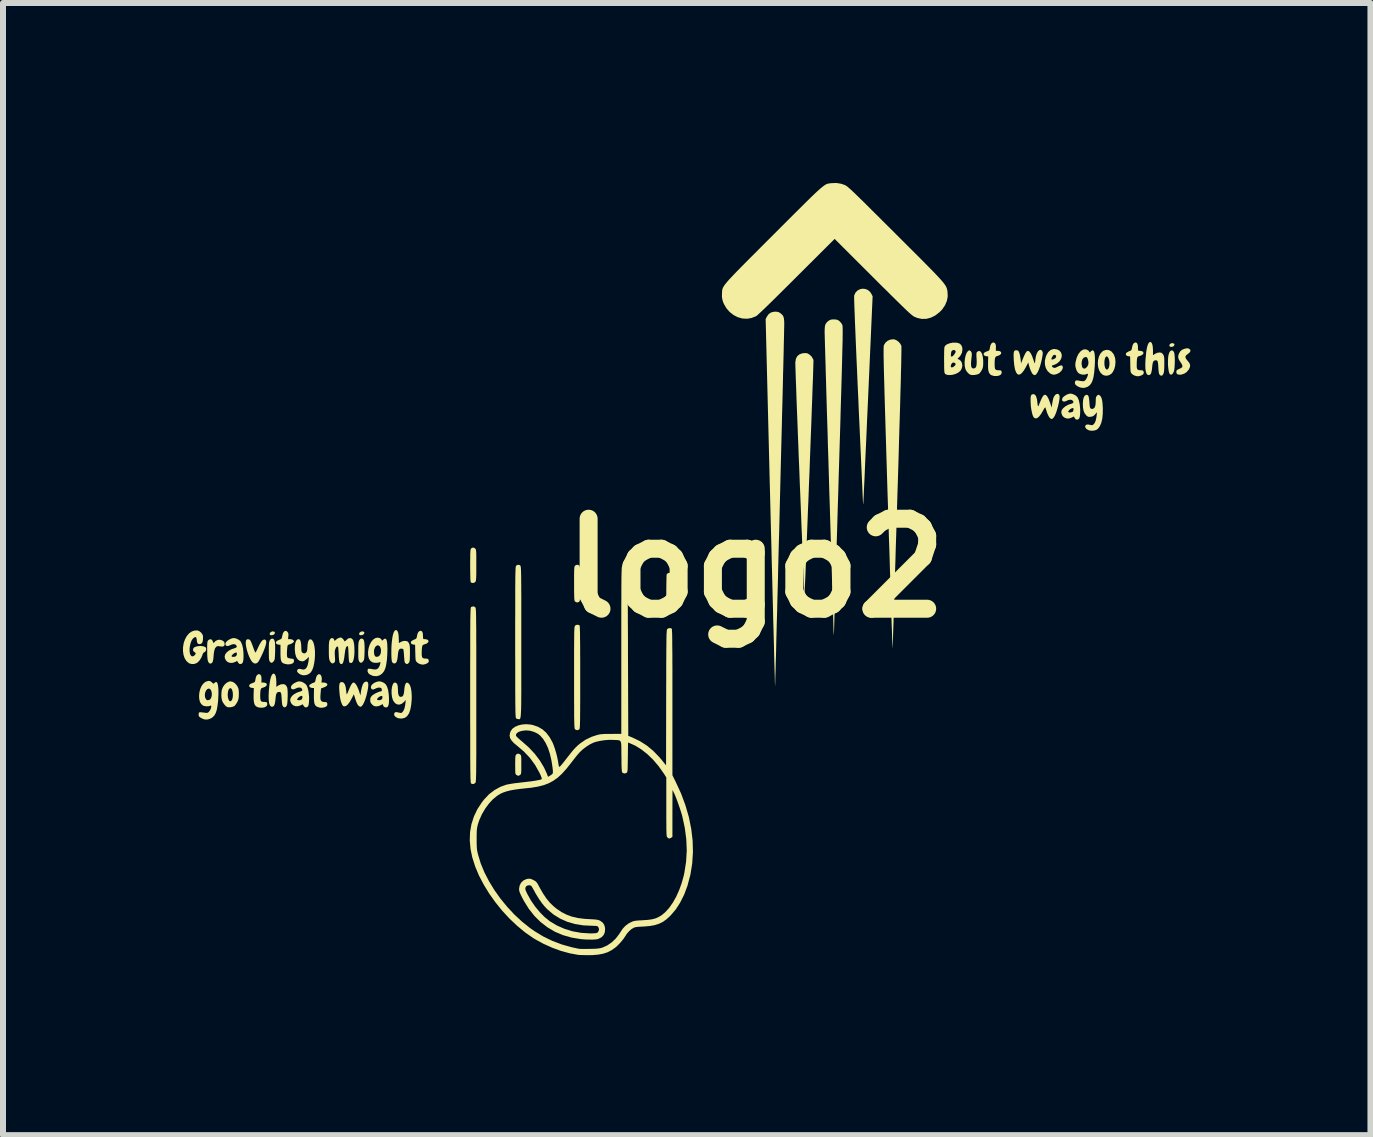
<source format=kicad_pcb>
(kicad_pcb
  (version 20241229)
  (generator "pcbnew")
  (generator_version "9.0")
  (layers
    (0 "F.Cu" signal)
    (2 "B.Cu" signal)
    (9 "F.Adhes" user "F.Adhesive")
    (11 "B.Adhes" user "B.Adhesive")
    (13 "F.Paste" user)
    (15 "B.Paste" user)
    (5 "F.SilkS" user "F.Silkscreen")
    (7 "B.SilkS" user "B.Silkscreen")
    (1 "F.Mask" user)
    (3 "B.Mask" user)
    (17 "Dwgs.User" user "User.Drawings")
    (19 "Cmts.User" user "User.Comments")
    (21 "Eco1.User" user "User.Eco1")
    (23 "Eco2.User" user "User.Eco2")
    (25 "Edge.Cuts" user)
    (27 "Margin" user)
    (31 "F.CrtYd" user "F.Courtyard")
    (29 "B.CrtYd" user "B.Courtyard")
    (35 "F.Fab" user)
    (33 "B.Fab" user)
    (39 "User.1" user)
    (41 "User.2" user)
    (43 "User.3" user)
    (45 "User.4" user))
  (footprint "logo2"
    (layer "F.Cu")
    (at 9.547 6.418)
    (property "Reference" "logo2" (at 0 0 0) (layer "F.SilkS") (effects (font (size 1.5 1.5) (thickness 0.3))))
    (attr board_only exclude_from_pos_files exclude_from_bom)
    (fp_poly (pts (xy 6.972 -3.74) (xy 6.98 -3.724) (xy 6.971 -3.704) (xy 6.968 -3.7) (xy 6.948 -3.689) (xy 6.924 -3.686) (xy 6.903 -3.691) (xy 6.895 -3.701) (xy 6.896 -3.721) (xy 6.91 -3.738) (xy 6.933 -3.748) (xy 6.949 -3.748)) (stroke (width 0) (type solid)) (fill yes) (layer "F.SilkS"))
    (fp_poly (pts (xy -8.024 1.062) (xy -8.014 1.077) (xy -8.021 1.098) (xy -8.025 1.103) (xy -8.044 1.115) (xy -8.068 1.12) (xy -8.09 1.118) (xy -8.096 1.114) (xy -8.103 1.097) (xy -8.095 1.079) (xy -8.078 1.064) (xy -8.053 1.056) (xy -8.047 1.056)) (stroke (width 0) (type solid)) (fill yes) (layer "F.SilkS"))
    (fp_poly (pts (xy -6.533 1.062) (xy -6.523 1.077) (xy -6.53 1.098) (xy -6.534 1.103) (xy -6.553 1.115) (xy -6.578 1.12) (xy -6.599 1.118) (xy -6.605 1.114) (xy -6.612 1.097) (xy -6.605 1.079) (xy -6.587 1.064) (xy -6.562 1.056) (xy -6.556 1.056)) (stroke (width 0) (type solid)) (fill yes) (layer "F.SilkS"))
    (fp_poly (pts (xy 6.952 -3.623) (xy 6.97 -3.601) (xy 6.972 -3.597) (xy 6.978 -3.574) (xy 6.982 -3.537) (xy 6.985 -3.49) (xy 6.985 -3.439) (xy 6.983 -3.387) (xy 6.98 -3.339) (xy 6.975 -3.299) (xy 6.968 -3.272) (xy 6.968 -3.272) (xy 6.95 -3.24) (xy 6.931 -3.224) (xy 6.912 -3.225) (xy 6.9 -3.234) (xy 6.89 -3.257) (xy 6.881 -3.294) (xy 6.875 -3.34) (xy 6.871 -3.393) (xy 6.871 -3.448) (xy 6.873 -3.5) (xy 6.879 -3.546) (xy 6.881 -3.554) (xy 6.894 -3.593) (xy 6.911 -3.618) (xy 6.931 -3.628)) (stroke (width 0) (type solid)) (fill yes) (layer "F.SilkS"))
    (fp_poly (pts (xy -8.042 1.18) (xy -8.029 1.193) (xy -8.019 1.217) (xy -8.013 1.254) (xy -8.011 1.305) (xy -8.011 1.372) (xy -8.011 1.386) (xy -8.013 1.441) (xy -8.015 1.481) (xy -8.017 1.509) (xy -8.021 1.528) (xy -8.027 1.542) (xy -8.034 1.553) (xy -8.056 1.575) (xy -8.075 1.58) (xy -8.094 1.567) (xy -8.1 1.559) (xy -8.106 1.547) (xy -8.111 1.531) (xy -8.114 1.509) (xy -8.115 1.477) (xy -8.116 1.432) (xy -8.116 1.385) (xy -8.116 1.326) (xy -8.115 1.283) (xy -8.113 1.253) (xy -8.109 1.231) (xy -8.104 1.214) (xy -8.1 1.206) (xy -8.083 1.183) (xy -8.062 1.176) (xy -8.06 1.176)) (stroke (width 0) (type solid)) (fill yes) (layer "F.SilkS"))
    (fp_poly (pts (xy -6.551 1.18) (xy -6.538 1.193) (xy -6.528 1.217) (xy -6.523 1.254) (xy -6.52 1.305) (xy -6.52 1.372) (xy -6.52 1.386) (xy -6.522 1.441) (xy -6.524 1.481) (xy -6.526 1.509) (xy -6.53 1.528) (xy -6.536 1.542) (xy -6.543 1.553) (xy -6.565 1.575) (xy -6.585 1.58) (xy -6.603 1.567) (xy -6.609 1.559) (xy -6.615 1.547) (xy -6.62 1.531) (xy -6.623 1.509) (xy -6.625 1.477) (xy -6.625 1.432) (xy -6.625 1.385) (xy -6.625 1.326) (xy -6.624 1.283) (xy -6.622 1.253) (xy -6.618 1.231) (xy -6.613 1.214) (xy -6.609 1.206) (xy -6.592 1.183) (xy -6.571 1.176) (xy -6.569 1.176)) (stroke (width 0) (type solid)) (fill yes) (layer "F.SilkS"))
    (fp_poly (pts (xy -1.418 0.084) (xy -1.411 0.088) (xy -1.389 0.102) (xy -1.389 0.407) (xy -1.389 0.492) (xy -1.389 0.559) (xy -1.39 0.613) (xy -1.391 0.653) (xy -1.393 0.682) (xy -1.395 0.703) (xy -1.398 0.716) (xy -1.401 0.724) (xy -1.404 0.726) (xy -1.428 0.739) (xy -1.456 0.737) (xy -1.476 0.724) (xy -1.48 0.717) (xy -1.483 0.707) (xy -1.486 0.692) (xy -1.488 0.668) (xy -1.489 0.635) (xy -1.49 0.591) (xy -1.491 0.533) (xy -1.491 0.459) (xy -1.491 0.414) (xy -1.491 0.342) (xy -1.49 0.275) (xy -1.489 0.216) (xy -1.488 0.168) (xy -1.487 0.132) (xy -1.486 0.111) (xy -1.485 0.107) (xy -1.469 0.088) (xy -1.444 0.08)) (stroke (width 0) (type solid)) (fill yes) (layer "F.SilkS"))
    (fp_poly (pts (xy -3.945 3.097) (xy -3.928 3.107) (xy -3.921 3.113) (xy -3.915 3.121) (xy -3.912 3.134) (xy -3.909 3.154) (xy -3.908 3.184) (xy -3.908 3.228) (xy -3.908 3.278) (xy -3.908 3.335) (xy -3.908 3.377) (xy -3.91 3.406) (xy -3.912 3.424) (xy -3.916 3.436) (xy -3.922 3.444) (xy -3.928 3.449) (xy -3.947 3.46) (xy -3.959 3.463) (xy -3.973 3.458) (xy -3.989 3.449) (xy -3.997 3.443) (xy -4.002 3.435) (xy -4.006 3.422) (xy -4.008 3.402) (xy -4.009 3.372) (xy -4.009 3.328) (xy -4.01 3.279) (xy -4.009 3.221) (xy -4.009 3.179) (xy -4.007 3.15) (xy -4.004 3.13) (xy -4 3.118) (xy -3.994 3.11) (xy -3.993 3.108) (xy -3.969 3.094)) (stroke (width 0) (type solid)) (fill yes) (layer "F.SilkS"))
    (fp_poly (pts (xy -4.693 -0.337) (xy -4.676 -0.324) (xy -4.671 -0.318) (xy -4.667 -0.31) (xy -4.663 -0.298) (xy -4.661 -0.279) (xy -4.659 -0.253) (xy -4.658 -0.215) (xy -4.658 -0.165) (xy -4.658 -0.101) (xy -4.658 -0.048) (xy -4.658 0.029) (xy -4.658 0.091) (xy -4.659 0.138) (xy -4.661 0.173) (xy -4.663 0.198) (xy -4.666 0.214) (xy -4.67 0.225) (xy -4.672 0.229) (xy -4.692 0.245) (xy -4.719 0.25) (xy -4.743 0.243) (xy -4.748 0.239) (xy -4.752 0.23) (xy -4.755 0.209) (xy -4.757 0.176) (xy -4.758 0.128) (xy -4.759 0.065) (xy -4.76 -0.015) (xy -4.76 -0.042) (xy -4.76 -0.12) (xy -4.759 -0.182) (xy -4.759 -0.229) (xy -4.757 -0.265) (xy -4.756 -0.289) (xy -4.753 -0.306) (xy -4.75 -0.317) (xy -4.746 -0.324) (xy -4.743 -0.327) (xy -4.717 -0.341)) (stroke (width 0) (type solid)) (fill yes) (layer "F.SilkS"))
    (fp_poly (pts (xy -2.957 -0.052) (xy -2.941 -0.041) (xy -2.937 -0.035) (xy -2.933 -0.024) (xy -2.931 -0.007) (xy -2.929 0.018) (xy -2.928 0.054) (xy -2.927 0.102) (xy -2.926 0.164) (xy -2.926 0.242) (xy -2.926 0.259) (xy -2.926 0.341) (xy -2.927 0.406) (xy -2.927 0.457) (xy -2.929 0.494) (xy -2.93 0.522) (xy -2.933 0.54) (xy -2.936 0.552) (xy -2.94 0.559) (xy -2.941 0.56) (xy -2.965 0.573) (xy -2.993 0.57) (xy -3.013 0.557) (xy -3.017 0.551) (xy -3.021 0.54) (xy -3.023 0.524) (xy -3.025 0.501) (xy -3.026 0.467) (xy -3.027 0.422) (xy -3.028 0.363) (xy -3.028 0.288) (xy -3.028 0.258) (xy -3.028 0.178) (xy -3.028 0.114) (xy -3.027 0.065) (xy -3.026 0.028) (xy -3.024 0.001) (xy -3.022 -0.017) (xy -3.019 -0.028) (xy -3.015 -0.036) (xy -3.011 -0.04) (xy -2.985 -0.054)) (stroke (width 0) (type solid)) (fill yes) (layer "F.SilkS"))
    (fp_poly (pts (xy -8.441 1.192) (xy -8.432 1.198) (xy -8.422 1.211) (xy -8.409 1.238) (xy -8.394 1.275) (xy -8.381 1.31) (xy -8.367 1.349) (xy -8.355 1.381) (xy -8.345 1.402) (xy -8.34 1.409) (xy -8.333 1.401) (xy -8.321 1.38) (xy -8.306 1.349) (xy -8.301 1.338) (xy -8.271 1.275) (xy -8.244 1.23) (xy -8.219 1.202) (xy -8.195 1.191) (xy -8.174 1.196) (xy -8.161 1.213) (xy -8.159 1.243) (xy -8.168 1.287) (xy -8.178 1.317) (xy -8.193 1.359) (xy -8.212 1.406) (xy -8.234 1.454) (xy -8.256 1.499) (xy -8.276 1.537) (xy -8.292 1.563) (xy -8.299 1.572) (xy -8.326 1.59) (xy -8.356 1.591) (xy -8.385 1.573) (xy -8.395 1.563) (xy -8.419 1.528) (xy -8.441 1.483) (xy -8.461 1.433) (xy -8.478 1.38) (xy -8.491 1.327) (xy -8.499 1.279) (xy -8.501 1.238) (xy -8.496 1.208) (xy -8.49 1.196) (xy -8.467 1.186)) (stroke (width 0) (type solid)) (fill yes) (layer "F.SilkS"))
    (fp_poly (pts (xy 5.889 -3.632) (xy 5.928 -3.61) (xy 5.961 -3.571) (xy 5.972 -3.551) (xy 5.99 -3.499) (xy 5.996 -3.44) (xy 5.992 -3.379) (xy 5.978 -3.322) (xy 5.955 -3.272) (xy 5.931 -3.241) (xy 5.893 -3.216) (xy 5.851 -3.205) (xy 5.808 -3.21) (xy 5.781 -3.223) (xy 5.746 -3.256) (xy 5.722 -3.3) (xy 5.707 -3.352) (xy 5.702 -3.409) (xy 5.702 -3.417) (xy 5.811 -3.417) (xy 5.814 -3.373) (xy 5.823 -3.339) (xy 5.836 -3.317) (xy 5.851 -3.307) (xy 5.867 -3.312) (xy 5.882 -3.333) (xy 5.888 -3.348) (xy 5.895 -3.383) (xy 5.896 -3.423) (xy 5.891 -3.461) (xy 5.881 -3.494) (xy 5.867 -3.518) (xy 5.851 -3.528) (xy 5.849 -3.528) (xy 5.833 -3.519) (xy 5.821 -3.495) (xy 5.813 -3.459) (xy 5.811 -3.417) (xy 5.702 -3.417) (xy 5.706 -3.466) (xy 5.719 -3.52) (xy 5.741 -3.568) (xy 5.772 -3.605) (xy 5.801 -3.625) (xy 5.847 -3.637)) (stroke (width 0) (type solid)) (fill yes) (layer "F.SilkS"))
    (fp_poly (pts (xy 7.211 -3.66) (xy 7.221 -3.656) (xy 7.242 -3.639) (xy 7.246 -3.618) (xy 7.233 -3.594) (xy 7.207 -3.572) (xy 7.176 -3.548) (xy 7.162 -3.525) (xy 7.165 -3.501) (xy 7.183 -3.472) (xy 7.199 -3.454) (xy 7.227 -3.418) (xy 7.24 -3.386) (xy 7.238 -3.353) (xy 7.221 -3.314) (xy 7.218 -3.309) (xy 7.184 -3.268) (xy 7.141 -3.239) (xy 7.092 -3.224) (xy 7.073 -3.222) (xy 7.046 -3.225) (xy 7.025 -3.231) (xy 7.021 -3.234) (xy 7.013 -3.251) (xy 7.01 -3.271) (xy 7.012 -3.287) (xy 7.021 -3.299) (xy 7.041 -3.311) (xy 7.061 -3.32) (xy 7.09 -3.334) (xy 7.105 -3.346) (xy 7.111 -3.359) (xy 7.112 -3.366) (xy 7.106 -3.387) (xy 7.092 -3.414) (xy 7.079 -3.432) (xy 7.052 -3.475) (xy 7.041 -3.512) (xy 7.045 -3.55) (xy 7.056 -3.578) (xy 7.077 -3.613) (xy 7.104 -3.637) (xy 7.143 -3.653) (xy 7.157 -3.657) (xy 7.187 -3.663)) (stroke (width 0) (type solid)) (fill yes) (layer "F.SilkS"))
    (fp_poly (pts (xy -9.078 1.188) (xy -9.059 1.204) (xy -9.052 1.22) (xy -9.042 1.243) (xy -9.032 1.249) (xy -9.023 1.237) (xy -9.022 1.236) (xy -9.008 1.219) (xy -8.983 1.205) (xy -8.954 1.196) (xy -8.94 1.195) (xy -8.912 1.2) (xy -8.883 1.212) (xy -8.863 1.229) (xy -8.858 1.237) (xy -8.852 1.271) (xy -8.86 1.296) (xy -8.881 1.309) (xy -8.913 1.309) (xy -8.927 1.306) (xy -8.962 1.3) (xy -8.99 1.31) (xy -9.012 1.336) (xy -9.026 1.379) (xy -9.035 1.438) (xy -9.036 1.458) (xy -9.041 1.515) (xy -9.049 1.555) (xy -9.062 1.58) (xy -9.079 1.591) (xy -9.089 1.593) (xy -9.107 1.588) (xy -9.121 1.572) (xy -9.128 1.558) (xy -9.134 1.539) (xy -9.138 1.514) (xy -9.141 1.479) (xy -9.143 1.431) (xy -9.143 1.374) (xy -9.144 1.317) (xy -9.143 1.276) (xy -9.141 1.248) (xy -9.139 1.229) (xy -9.134 1.216) (xy -9.128 1.206) (xy -9.126 1.204) (xy -9.102 1.188)) (stroke (width 0) (type solid)) (fill yes) (layer "F.SilkS"))
    (fp_poly (pts (xy -8.718 1.898) (xy -8.681 1.921) (xy -8.649 1.957) (xy -8.64 1.973) (xy -8.628 1.996) (xy -8.621 2.019) (xy -8.617 2.048) (xy -8.616 2.088) (xy -8.616 2.097) (xy -8.617 2.141) (xy -8.62 2.172) (xy -8.627 2.199) (xy -8.639 2.227) (xy -8.642 2.233) (xy -8.66 2.264) (xy -8.679 2.289) (xy -8.692 2.302) (xy -8.723 2.314) (xy -8.76 2.321) (xy -8.796 2.32) (xy -8.812 2.316) (xy -8.836 2.299) (xy -8.861 2.27) (xy -8.883 2.237) (xy -8.897 2.205) (xy -8.905 2.164) (xy -8.908 2.114) (xy -8.907 2.111) (xy -8.802 2.111) (xy -8.798 2.155) (xy -8.789 2.189) (xy -8.776 2.212) (xy -8.761 2.222) (xy -8.745 2.217) (xy -8.73 2.196) (xy -8.727 2.19) (xy -8.718 2.157) (xy -8.715 2.118) (xy -8.717 2.078) (xy -8.724 2.043) (xy -8.735 2.016) (xy -8.75 2.003) (xy -8.752 2.002) (xy -8.771 2.007) (xy -8.787 2.027) (xy -8.797 2.061) (xy -8.801 2.104) (xy -8.802 2.111) (xy -8.907 2.111) (xy -8.905 2.065) (xy -8.899 2.027) (xy -8.879 1.98) (xy -8.85 1.94) (xy -8.815 1.91) (xy -8.777 1.892) (xy -8.755 1.889)) (stroke (width 0) (type solid)) (fill yes) (layer "F.SilkS"))
    (fp_poly (pts (xy 3.57 -3.626) (xy 3.588 -3.609) (xy 3.59 -3.606) (xy 3.596 -3.594) (xy 3.6 -3.579) (xy 3.601 -3.559) (xy 3.599 -3.529) (xy 3.594 -3.485) (xy 3.594 -3.483) (xy 3.588 -3.422) (xy 3.589 -3.376) (xy 3.596 -3.346) (xy 3.61 -3.33) (xy 3.631 -3.326) (xy 3.643 -3.328) (xy 3.662 -3.338) (xy 3.674 -3.357) (xy 3.681 -3.388) (xy 3.683 -3.433) (xy 3.681 -3.489) (xy 3.678 -3.533) (xy 3.678 -3.563) (xy 3.679 -3.582) (xy 3.683 -3.594) (xy 3.691 -3.603) (xy 3.693 -3.605) (xy 3.717 -3.618) (xy 3.739 -3.614) (xy 3.758 -3.595) (xy 3.774 -3.562) (xy 3.785 -3.516) (xy 3.791 -3.46) (xy 3.791 -3.435) (xy 3.791 -3.391) (xy 3.788 -3.359) (xy 3.783 -3.334) (xy 3.773 -3.31) (xy 3.769 -3.302) (xy 3.751 -3.272) (xy 3.732 -3.248) (xy 3.722 -3.239) (xy 3.697 -3.228) (xy 3.661 -3.22) (xy 3.622 -3.216) (xy 3.588 -3.219) (xy 3.586 -3.219) (xy 3.559 -3.232) (xy 3.532 -3.257) (xy 3.508 -3.289) (xy 3.493 -3.321) (xy 3.483 -3.371) (xy 3.481 -3.427) (xy 3.486 -3.485) (xy 3.497 -3.538) (xy 3.513 -3.582) (xy 3.531 -3.609) (xy 3.552 -3.627)) (stroke (width 0) (type solid)) (fill yes) (layer "F.SilkS"))
    (fp_poly (pts (xy -8.26 1.775) (xy -8.245 1.794) (xy -8.239 1.828) (xy -8.238 1.853) (xy -8.24 1.908) (xy -8.212 1.908) (xy -8.177 1.913) (xy -8.156 1.925) (xy -8.149 1.943) (xy -8.157 1.962) (xy -8.178 1.98) (xy -8.213 1.994) (xy -8.219 1.995) (xy -8.236 2.001) (xy -8.247 2.014) (xy -8.254 2.036) (xy -8.258 2.069) (xy -8.26 2.118) (xy -8.26 2.133) (xy -8.258 2.177) (xy -8.253 2.206) (xy -8.242 2.222) (xy -8.222 2.23) (xy -8.195 2.232) (xy -8.167 2.233) (xy -8.151 2.238) (xy -8.144 2.25) (xy -8.144 2.25) (xy -8.142 2.28) (xy -8.156 2.304) (xy -8.183 2.32) (xy -8.221 2.328) (xy -8.268 2.327) (xy -8.281 2.325) (xy -8.313 2.315) (xy -8.338 2.297) (xy -8.355 2.271) (xy -8.365 2.232) (xy -8.37 2.18) (xy -8.37 2.113) (xy -8.37 2.108) (xy -8.366 2.001) (xy -8.398 1.998) (xy -8.426 1.99) (xy -8.442 1.975) (xy -8.443 1.954) (xy -8.44 1.947) (xy -8.425 1.934) (xy -8.4 1.922) (xy -8.388 1.917) (xy -8.362 1.907) (xy -8.349 1.897) (xy -8.343 1.878) (xy -8.34 1.859) (xy -8.331 1.817) (xy -8.315 1.786) (xy -8.294 1.77) (xy -8.283 1.769)) (stroke (width 0) (type solid)) (fill yes) (layer "F.SilkS"))
    (fp_poly (pts (xy -7.266 1.771) (xy -7.249 1.786) (xy -7.237 1.812) (xy -7.233 1.849) (xy -7.234 1.861) (xy -7.239 1.908) (xy -7.204 1.908) (xy -7.175 1.912) (xy -7.152 1.923) (xy -7.14 1.938) (xy -7.14 1.943) (xy -7.148 1.961) (xy -7.172 1.978) (xy -7.2 1.99) (xy -7.246 2.007) (xy -7.254 2.097) (xy -7.257 2.149) (xy -7.255 2.186) (xy -7.247 2.21) (xy -7.232 2.224) (xy -7.207 2.232) (xy -7.188 2.233) (xy -7.161 2.236) (xy -7.148 2.242) (xy -7.143 2.254) (xy -7.141 2.266) (xy -7.143 2.291) (xy -7.157 2.307) (xy -7.16 2.309) (xy -7.19 2.322) (xy -7.228 2.329) (xy -7.261 2.328) (xy -7.264 2.328) (xy -7.3 2.317) (xy -7.326 2.304) (xy -7.344 2.285) (xy -7.356 2.257) (xy -7.362 2.218) (xy -7.365 2.166) (xy -7.365 2.123) (xy -7.363 2) (xy -7.39 2) (xy -7.414 1.995) (xy -7.435 1.982) (xy -7.445 1.965) (xy -7.445 1.963) (xy -7.437 1.95) (xy -7.419 1.935) (xy -7.395 1.921) (xy -7.372 1.912) (xy -7.356 1.907) (xy -7.346 1.896) (xy -7.339 1.874) (xy -7.335 1.855) (xy -7.327 1.823) (xy -7.316 1.796) (xy -7.309 1.786) (xy -7.287 1.77)) (stroke (width 0) (type solid)) (fill yes) (layer "F.SilkS"))
    (fp_poly (pts (xy 3.982 -3.753) (xy 3.997 -3.734) (xy 4.003 -3.7) (xy 4.003 -3.675) (xy 4.002 -3.621) (xy 4.03 -3.621) (xy 4.065 -3.616) (xy 4.086 -3.603) (xy 4.092 -3.585) (xy 4.085 -3.566) (xy 4.063 -3.548) (xy 4.028 -3.534) (xy 4.022 -3.533) (xy 4.006 -3.527) (xy 3.995 -3.514) (xy 3.987 -3.493) (xy 3.983 -3.459) (xy 3.982 -3.41) (xy 3.982 -3.395) (xy 3.983 -3.351) (xy 3.988 -3.323) (xy 4 -3.306) (xy 4.02 -3.298) (xy 4.046 -3.297) (xy 4.075 -3.295) (xy 4.09 -3.29) (xy 4.097 -3.278) (xy 4.098 -3.278) (xy 4.099 -3.248) (xy 4.085 -3.225) (xy 4.058 -3.208) (xy 4.02 -3.2) (xy 3.974 -3.201) (xy 3.961 -3.204) (xy 3.928 -3.214) (xy 3.904 -3.231) (xy 3.887 -3.258) (xy 3.876 -3.296) (xy 3.872 -3.348) (xy 3.872 -3.415) (xy 3.872 -3.42) (xy 3.875 -3.527) (xy 3.844 -3.53) (xy 3.816 -3.538) (xy 3.8 -3.554) (xy 3.799 -3.574) (xy 3.802 -3.581) (xy 3.816 -3.594) (xy 3.841 -3.607) (xy 3.854 -3.611) (xy 3.88 -3.621) (xy 3.893 -3.631) (xy 3.899 -3.65) (xy 3.902 -3.669) (xy 3.911 -3.711) (xy 3.927 -3.742) (xy 3.948 -3.758) (xy 3.959 -3.76)) (stroke (width 0) (type solid)) (fill yes) (layer "F.SilkS"))
    (fp_poly (pts (xy 1.823 -4.652) (xy 1.866 -4.636) (xy 1.903 -4.606) (xy 1.925 -4.574) (xy 1.948 -4.531) (xy 1.872 -2.824) (xy 1.864 -2.647) (xy 1.856 -2.475) (xy 1.849 -2.308) (xy 1.842 -2.148) (xy 1.835 -1.996) (xy 1.828 -1.852) (xy 1.822 -1.717) (xy 1.817 -1.593) (xy 1.812 -1.48) (xy 1.807 -1.379) (xy 1.803 -1.292) (xy 1.8 -1.218) (xy 1.797 -1.16) (xy 1.795 -1.117) (xy 1.794 -1.091) (xy 1.793 -1.083) (xy 1.791 -1.064) (xy 1.79 -1.062) (xy 1.789 -1.077) (xy 1.788 -1.079) (xy 1.788 -1.091) (xy 1.786 -1.12) (xy 1.784 -1.167) (xy 1.781 -1.228) (xy 1.778 -1.305) (xy 1.774 -1.396) (xy 1.769 -1.499) (xy 1.764 -1.615) (xy 1.758 -1.741) (xy 1.752 -1.878) (xy 1.745 -2.023) (xy 1.738 -2.177) (xy 1.731 -2.339) (xy 1.723 -2.506) (xy 1.715 -2.679) (xy 1.71 -2.81) (xy 1.699 -3.04) (xy 1.69 -3.255) (xy 1.681 -3.454) (xy 1.673 -3.638) (xy 1.666 -3.805) (xy 1.66 -3.955) (xy 1.654 -4.09) (xy 1.65 -4.207) (xy 1.646 -4.307) (xy 1.643 -4.39) (xy 1.641 -4.456) (xy 1.64 -4.503) (xy 1.64 -4.533) (xy 1.641 -4.544) (xy 1.662 -4.59) (xy 1.694 -4.624) (xy 1.734 -4.646) (xy 1.778 -4.656)) (stroke (width 0) (type solid)) (fill yes) (layer "F.SilkS"))
    (fp_poly (pts (xy 5.022 -3.644) (xy 5.059 -3.626) (xy 5.085 -3.597) (xy 5.099 -3.562) (xy 5.1 -3.523) (xy 5.088 -3.484) (xy 5.064 -3.446) (xy 5.025 -3.413) (xy 5.016 -3.407) (xy 4.987 -3.392) (xy 4.963 -3.383) (xy 4.952 -3.38) (xy 4.938 -3.375) (xy 4.937 -3.362) (xy 4.948 -3.348) (xy 4.96 -3.341) (xy 4.976 -3.336) (xy 4.992 -3.337) (xy 5.015 -3.347) (xy 5.032 -3.356) (xy 5.07 -3.373) (xy 5.096 -3.378) (xy 5.112 -3.369) (xy 5.119 -3.347) (xy 5.119 -3.346) (xy 5.113 -3.316) (xy 5.093 -3.285) (xy 5.063 -3.257) (xy 5.025 -3.236) (xy 4.985 -3.224) (xy 4.967 -3.223) (xy 4.94 -3.228) (xy 4.911 -3.241) (xy 4.907 -3.244) (xy 4.864 -3.283) (xy 4.835 -3.333) (xy 4.82 -3.391) (xy 4.819 -3.454) (xy 4.825 -3.48) (xy 4.927 -3.48) (xy 4.938 -3.475) (xy 4.952 -3.477) (xy 4.977 -3.487) (xy 4.994 -3.498) (xy 5.006 -3.518) (xy 5.006 -3.538) (xy 4.992 -3.552) (xy 4.984 -3.554) (xy 4.966 -3.551) (xy 4.949 -3.533) (xy 4.945 -3.526) (xy 4.93 -3.497) (xy 4.927 -3.48) (xy 4.825 -3.48) (xy 4.834 -3.519) (xy 4.847 -3.552) (xy 4.876 -3.6) (xy 4.913 -3.633) (xy 4.956 -3.649) (xy 4.975 -3.651)) (stroke (width 0) (type solid)) (fill yes) (layer "F.SilkS"))
    (fp_poly (pts (xy -7.807 1.062) (xy -7.804 1.066) (xy -7.793 1.084) (xy -7.789 1.106) (xy -7.791 1.137) (xy -7.796 1.185) (xy -7.761 1.185) (xy -7.726 1.192) (xy -7.708 1.205) (xy -7.697 1.218) (xy -7.698 1.228) (xy -7.711 1.241) (xy -7.716 1.246) (xy -7.743 1.263) (xy -7.772 1.274) (xy -7.773 1.274) (xy -7.79 1.278) (xy -7.8 1.285) (xy -7.805 1.301) (xy -7.809 1.329) (xy -7.81 1.336) (xy -7.814 1.393) (xy -7.815 1.44) (xy -7.812 1.474) (xy -7.807 1.491) (xy -7.792 1.5) (xy -7.765 1.507) (xy -7.749 1.509) (xy -7.72 1.513) (xy -7.705 1.518) (xy -7.699 1.529) (xy -7.697 1.544) (xy -7.699 1.568) (xy -7.712 1.585) (xy -7.715 1.587) (xy -7.755 1.603) (xy -7.804 1.606) (xy -7.842 1.599) (xy -7.871 1.59) (xy -7.892 1.577) (xy -7.906 1.558) (xy -7.915 1.531) (xy -7.92 1.492) (xy -7.922 1.439) (xy -7.922 1.407) (xy -7.922 1.278) (xy -7.945 1.278) (xy -7.971 1.273) (xy -7.986 1.266) (xy -7.999 1.248) (xy -7.995 1.23) (xy -7.975 1.211) (xy -7.945 1.198) (xy -7.919 1.187) (xy -7.905 1.176) (xy -7.898 1.159) (xy -7.895 1.143) (xy -7.885 1.099) (xy -7.87 1.067) (xy -7.85 1.05) (xy -7.829 1.047)) (stroke (width 0) (type solid)) (fill yes) (layer "F.SilkS"))
    (fp_poly (pts (xy -8.018 1.768) (xy -8.004 1.794) (xy -7.995 1.836) (xy -7.991 1.894) (xy -7.991 1.902) (xy -7.991 1.981) (xy -7.958 1.958) (xy -7.919 1.94) (xy -7.877 1.935) (xy -7.848 1.941) (xy -7.834 1.953) (xy -7.819 1.973) (xy -7.817 1.976) (xy -7.811 1.991) (xy -7.806 2.011) (xy -7.804 2.039) (xy -7.802 2.079) (xy -7.802 2.134) (xy -7.802 2.135) (xy -7.804 2.196) (xy -7.807 2.243) (xy -7.812 2.276) (xy -7.82 2.298) (xy -7.832 2.313) (xy -7.838 2.317) (xy -7.853 2.323) (xy -7.868 2.317) (xy -7.879 2.307) (xy -7.887 2.295) (xy -7.893 2.276) (xy -7.897 2.245) (xy -7.901 2.201) (xy -7.901 2.194) (xy -7.905 2.142) (xy -7.908 2.107) (xy -7.914 2.084) (xy -7.921 2.071) (xy -7.932 2.066) (xy -7.945 2.065) (xy -7.968 2.069) (xy -7.984 2.083) (xy -7.995 2.109) (xy -8.002 2.151) (xy -8.004 2.173) (xy -8.01 2.228) (xy -8.018 2.267) (xy -8.028 2.293) (xy -8.043 2.307) (xy -8.054 2.312) (xy -8.078 2.31) (xy -8.097 2.291) (xy -8.111 2.254) (xy -8.118 2.201) (xy -8.12 2.132) (xy -8.116 2.047) (xy -8.106 1.946) (xy -8.101 1.912) (xy -8.091 1.854) (xy -8.078 1.808) (xy -8.062 1.776) (xy -8.045 1.761) (xy -8.038 1.759)) (stroke (width 0) (type solid)) (fill yes) (layer "F.SilkS"))
    (fp_poly (pts (xy 6.594 -3.76) (xy 6.608 -3.734) (xy 6.617 -3.692) (xy 6.621 -3.634) (xy 6.621 -3.626) (xy 6.621 -3.547) (xy 6.655 -3.57) (xy 6.694 -3.588) (xy 6.735 -3.593) (xy 6.764 -3.587) (xy 6.778 -3.575) (xy 6.793 -3.555) (xy 6.795 -3.552) (xy 6.801 -3.537) (xy 6.806 -3.517) (xy 6.809 -3.489) (xy 6.81 -3.449) (xy 6.81 -3.394) (xy 6.81 -3.394) (xy 6.809 -3.332) (xy 6.806 -3.286) (xy 6.8 -3.253) (xy 6.792 -3.23) (xy 6.78 -3.215) (xy 6.775 -3.211) (xy 6.759 -3.205) (xy 6.744 -3.211) (xy 6.733 -3.221) (xy 6.725 -3.233) (xy 6.719 -3.253) (xy 6.715 -3.283) (xy 6.711 -3.327) (xy 6.711 -3.334) (xy 6.708 -3.386) (xy 6.704 -3.421) (xy 6.699 -3.444) (xy 6.691 -3.457) (xy 6.68 -3.462) (xy 6.668 -3.463) (xy 6.644 -3.459) (xy 6.628 -3.445) (xy 6.617 -3.419) (xy 6.61 -3.377) (xy 6.608 -3.355) (xy 6.602 -3.3) (xy 6.594 -3.261) (xy 6.584 -3.235) (xy 6.569 -3.221) (xy 6.558 -3.216) (xy 6.534 -3.218) (xy 6.515 -3.238) (xy 6.502 -3.274) (xy 6.494 -3.327) (xy 6.493 -3.396) (xy 6.497 -3.481) (xy 6.507 -3.582) (xy 6.511 -3.616) (xy 6.521 -3.674) (xy 6.534 -3.72) (xy 6.55 -3.752) (xy 6.568 -3.767) (xy 6.575 -3.769)) (stroke (width 0) (type solid)) (fill yes) (layer "F.SilkS"))
    (fp_poly (pts (xy -5.568 1.052) (xy -5.554 1.071) (xy -5.548 1.105) (xy -5.547 1.134) (xy -5.546 1.163) (xy -5.543 1.178) (xy -5.535 1.184) (xy -5.52 1.185) (xy -5.518 1.185) (xy -5.482 1.19) (xy -5.461 1.203) (xy -5.454 1.221) (xy -5.462 1.24) (xy -5.483 1.258) (xy -5.519 1.271) (xy -5.526 1.273) (xy -5.541 1.278) (xy -5.552 1.288) (xy -5.56 1.305) (xy -5.564 1.332) (xy -5.567 1.373) (xy -5.568 1.408) (xy -5.568 1.453) (xy -5.562 1.483) (xy -5.55 1.5) (xy -5.529 1.508) (xy -5.504 1.509) (xy -5.477 1.511) (xy -5.462 1.518) (xy -5.452 1.532) (xy -5.449 1.558) (xy -5.464 1.58) (xy -5.494 1.597) (xy -5.509 1.602) (xy -5.533 1.608) (xy -5.55 1.61) (xy -5.571 1.607) (xy -5.592 1.602) (xy -5.621 1.59) (xy -5.647 1.571) (xy -5.647 1.57) (xy -5.657 1.56) (xy -5.664 1.549) (xy -5.668 1.535) (xy -5.671 1.513) (xy -5.673 1.481) (xy -5.674 1.434) (xy -5.675 1.412) (xy -5.678 1.279) (xy -5.706 1.276) (xy -5.733 1.268) (xy -5.748 1.251) (xy -5.748 1.231) (xy -5.745 1.225) (xy -5.73 1.212) (xy -5.705 1.198) (xy -5.694 1.193) (xy -5.669 1.183) (xy -5.656 1.17) (xy -5.649 1.15) (xy -5.647 1.135) (xy -5.636 1.09) (xy -5.619 1.061) (xy -5.596 1.047) (xy -5.588 1.046)) (stroke (width 0) (type solid)) (fill yes) (layer "F.SilkS"))
    (fp_poly (pts (xy 6.35 -3.754) (xy 6.363 -3.734) (xy 6.37 -3.7) (xy 6.371 -3.672) (xy 6.371 -3.643) (xy 6.374 -3.627) (xy 6.382 -3.622) (xy 6.398 -3.621) (xy 6.399 -3.621) (xy 6.435 -3.616) (xy 6.456 -3.603) (xy 6.463 -3.585) (xy 6.456 -3.566) (xy 6.434 -3.548) (xy 6.399 -3.534) (xy 6.392 -3.533) (xy 6.376 -3.528) (xy 6.365 -3.518) (xy 6.358 -3.501) (xy 6.353 -3.474) (xy 6.351 -3.433) (xy 6.35 -3.398) (xy 6.35 -3.353) (xy 6.355 -3.323) (xy 6.367 -3.306) (xy 6.388 -3.298) (xy 6.414 -3.297) (xy 6.441 -3.295) (xy 6.456 -3.288) (xy 6.465 -3.273) (xy 6.468 -3.248) (xy 6.454 -3.226) (xy 6.424 -3.209) (xy 6.409 -3.204) (xy 6.385 -3.198) (xy 6.367 -3.196) (xy 6.347 -3.199) (xy 6.326 -3.204) (xy 6.297 -3.216) (xy 6.271 -3.235) (xy 6.27 -3.236) (xy 6.261 -3.246) (xy 6.254 -3.257) (xy 6.249 -3.271) (xy 6.246 -3.293) (xy 6.245 -3.325) (xy 6.243 -3.371) (xy 6.243 -3.393) (xy 6.24 -3.527) (xy 6.211 -3.53) (xy 6.184 -3.538) (xy 6.17 -3.555) (xy 6.17 -3.575) (xy 6.173 -3.581) (xy 6.187 -3.594) (xy 6.212 -3.608) (xy 6.224 -3.613) (xy 6.249 -3.623) (xy 6.262 -3.635) (xy 6.268 -3.656) (xy 6.271 -3.671) (xy 6.282 -3.716) (xy 6.299 -3.745) (xy 6.322 -3.759) (xy 6.329 -3.76)) (stroke (width 0) (type solid)) (fill yes) (layer "F.SilkS"))
    (fp_poly (pts (xy -8.665 1.173) (xy -8.628 1.19) (xy -8.596 1.212) (xy -8.582 1.23) (xy -8.561 1.278) (xy -8.546 1.341) (xy -8.539 1.415) (xy -8.538 1.458) (xy -8.539 1.514) (xy -8.544 1.553) (xy -8.553 1.58) (xy -8.567 1.594) (xy -8.586 1.6) (xy -8.607 1.598) (xy -8.623 1.583) (xy -8.628 1.576) (xy -8.645 1.548) (xy -8.677 1.566) (xy -8.722 1.581) (xy -8.764 1.581) (xy -8.802 1.567) (xy -8.831 1.54) (xy -8.849 1.503) (xy -8.852 1.474) (xy -8.736 1.474) (xy -8.735 1.476) (xy -8.719 1.481) (xy -8.695 1.48) (xy -8.671 1.474) (xy -8.667 1.472) (xy -8.656 1.459) (xy -8.649 1.44) (xy -8.649 1.421) (xy -8.654 1.409) (xy -8.658 1.408) (xy -8.68 1.413) (xy -8.702 1.426) (xy -8.722 1.443) (xy -8.735 1.46) (xy -8.736 1.474) (xy -8.852 1.474) (xy -8.852 1.472) (xy -8.844 1.441) (xy -8.821 1.409) (xy -8.787 1.38) (xy -8.744 1.356) (xy -8.718 1.347) (xy -8.682 1.335) (xy -8.66 1.325) (xy -8.651 1.316) (xy -8.652 1.303) (xy -8.656 1.292) (xy -8.674 1.274) (xy -8.701 1.268) (xy -8.736 1.275) (xy -8.764 1.288) (xy -8.795 1.3) (xy -8.82 1.298) (xy -8.836 1.285) (xy -8.841 1.264) (xy -8.831 1.237) (xy -8.827 1.233) (xy -8.803 1.209) (xy -8.768 1.188) (xy -8.731 1.172) (xy -8.701 1.167)) (stroke (width 0) (type solid)) (fill yes) (layer "F.SilkS"))
    (fp_poly (pts (xy -7.609 1.188) (xy -7.597 1.198) (xy -7.588 1.217) (xy -7.581 1.246) (xy -7.576 1.287) (xy -7.575 1.322) (xy -7.574 1.361) (xy -7.571 1.386) (xy -7.565 1.402) (xy -7.556 1.412) (xy -7.532 1.423) (xy -7.507 1.419) (xy -7.487 1.4) (xy -7.484 1.393) (xy -7.477 1.371) (xy -7.474 1.338) (xy -7.473 1.317) (xy -7.469 1.264) (xy -7.46 1.224) (xy -7.446 1.198) (xy -7.428 1.187) (xy -7.407 1.193) (xy -7.398 1.2) (xy -7.378 1.229) (xy -7.363 1.272) (xy -7.353 1.326) (xy -7.347 1.388) (xy -7.347 1.455) (xy -7.351 1.522) (xy -7.36 1.587) (xy -7.373 1.646) (xy -7.391 1.696) (xy -7.413 1.734) (xy -7.415 1.737) (xy -7.452 1.768) (xy -7.497 1.785) (xy -7.544 1.788) (xy -7.588 1.775) (xy -7.598 1.77) (xy -7.63 1.746) (xy -7.645 1.724) (xy -7.644 1.705) (xy -7.63 1.685) (xy -7.605 1.68) (xy -7.58 1.685) (xy -7.544 1.693) (xy -7.514 1.687) (xy -7.49 1.665) (xy -7.472 1.628) (xy -7.458 1.574) (xy -7.451 1.521) (xy -7.447 1.481) (xy -7.487 1.518) (xy -7.519 1.543) (xy -7.545 1.554) (xy -7.556 1.556) (xy -7.6 1.547) (xy -7.634 1.523) (xy -7.66 1.483) (xy -7.676 1.428) (xy -7.683 1.361) (xy -7.682 1.299) (xy -7.674 1.248) (xy -7.66 1.212) (xy -7.641 1.191) (xy -7.628 1.187)) (stroke (width 0) (type solid)) (fill yes) (layer "F.SilkS"))
    (fp_poly (pts (xy -7.572 1.895) (xy -7.535 1.912) (xy -7.504 1.935) (xy -7.489 1.952) (xy -7.468 2.001) (xy -7.454 2.063) (xy -7.446 2.137) (xy -7.445 2.18) (xy -7.447 2.236) (xy -7.452 2.276) (xy -7.461 2.302) (xy -7.475 2.317) (xy -7.494 2.323) (xy -7.514 2.32) (xy -7.53 2.305) (xy -7.535 2.298) (xy -7.552 2.271) (xy -7.584 2.288) (xy -7.629 2.303) (xy -7.672 2.303) (xy -7.709 2.289) (xy -7.738 2.262) (xy -7.756 2.225) (xy -7.76 2.196) (xy -7.644 2.196) (xy -7.642 2.198) (xy -7.627 2.203) (xy -7.602 2.203) (xy -7.579 2.196) (xy -7.574 2.194) (xy -7.563 2.182) (xy -7.557 2.162) (xy -7.556 2.143) (xy -7.562 2.131) (xy -7.566 2.13) (xy -7.587 2.135) (xy -7.61 2.148) (xy -7.629 2.165) (xy -7.642 2.183) (xy -7.644 2.196) (xy -7.76 2.196) (xy -7.76 2.194) (xy -7.751 2.163) (xy -7.728 2.131) (xy -7.694 2.102) (xy -7.652 2.079) (xy -7.626 2.069) (xy -7.589 2.057) (xy -7.568 2.048) (xy -7.559 2.038) (xy -7.559 2.025) (xy -7.564 2.014) (xy -7.581 1.996) (xy -7.609 1.991) (xy -7.643 1.997) (xy -7.671 2.01) (xy -7.702 2.022) (xy -7.727 2.02) (xy -7.744 2.008) (xy -7.748 1.987) (xy -7.738 1.959) (xy -7.735 1.955) (xy -7.71 1.931) (xy -7.675 1.91) (xy -7.638 1.894) (xy -7.608 1.889)) (stroke (width 0) (type solid)) (fill yes) (layer "F.SilkS"))
    (fp_poly (pts (xy -6.47 1.899) (xy -6.46 1.919) (xy -6.458 1.953) (xy -6.463 2.003) (xy -6.471 2.047) (xy -6.488 2.122) (xy -6.508 2.188) (xy -6.529 2.241) (xy -6.55 2.281) (xy -6.572 2.306) (xy -6.586 2.313) (xy -6.602 2.309) (xy -6.622 2.294) (xy -6.626 2.291) (xy -6.641 2.268) (xy -6.658 2.231) (xy -6.673 2.187) (xy -6.674 2.185) (xy -6.699 2.104) (xy -6.732 2.169) (xy -6.766 2.23) (xy -6.798 2.272) (xy -6.827 2.298) (xy -6.853 2.306) (xy -6.872 2.303) (xy -6.884 2.293) (xy -6.897 2.27) (xy -6.899 2.265) (xy -6.915 2.223) (xy -6.926 2.175) (xy -6.935 2.115) (xy -6.941 2.042) (xy -6.944 1.985) (xy -6.941 1.943) (xy -6.933 1.917) (xy -6.918 1.903) (xy -6.896 1.9) (xy -6.895 1.9) (xy -6.869 1.911) (xy -6.849 1.939) (xy -6.835 1.984) (xy -6.827 2.042) (xy -6.824 2.074) (xy -6.82 2.097) (xy -6.816 2.105) (xy -6.815 2.105) (xy -6.809 2.093) (xy -6.798 2.069) (xy -6.785 2.037) (xy -6.783 2.033) (xy -6.759 1.976) (xy -6.738 1.937) (xy -6.719 1.914) (xy -6.704 1.908) (xy -6.684 1.916) (xy -6.662 1.942) (xy -6.64 1.982) (xy -6.618 2.035) (xy -6.615 2.046) (xy -6.589 2.124) (xy -6.579 2.05) (xy -6.566 1.988) (xy -6.55 1.94) (xy -6.53 1.909) (xy -6.513 1.898) (xy -6.487 1.892)) (stroke (width 0) (type solid)) (fill yes) (layer "F.SilkS"))
    (fp_poly (pts (xy 5.28 -2.901) (xy 5.318 -2.885) (xy 5.349 -2.862) (xy 5.364 -2.844) (xy 5.385 -2.796) (xy 5.399 -2.733) (xy 5.407 -2.66) (xy 5.408 -2.616) (xy 5.406 -2.561) (xy 5.401 -2.521) (xy 5.392 -2.495) (xy 5.378 -2.48) (xy 5.359 -2.474) (xy 5.338 -2.476) (xy 5.322 -2.491) (xy 5.318 -2.499) (xy 5.301 -2.526) (xy 5.269 -2.509) (xy 5.224 -2.493) (xy 5.181 -2.493) (xy 5.144 -2.508) (xy 5.114 -2.534) (xy 5.097 -2.572) (xy 5.093 -2.601) (xy 5.209 -2.601) (xy 5.211 -2.599) (xy 5.226 -2.593) (xy 5.25 -2.594) (xy 5.274 -2.6) (xy 5.279 -2.602) (xy 5.29 -2.615) (xy 5.296 -2.634) (xy 5.297 -2.654) (xy 5.291 -2.666) (xy 5.287 -2.667) (xy 5.266 -2.662) (xy 5.243 -2.649) (xy 5.223 -2.631) (xy 5.211 -2.614) (xy 5.209 -2.601) (xy 5.093 -2.601) (xy 5.093 -2.603) (xy 5.101 -2.634) (xy 5.125 -2.665) (xy 5.159 -2.694) (xy 5.201 -2.718) (xy 5.227 -2.728) (xy 5.264 -2.739) (xy 5.285 -2.749) (xy 5.294 -2.759) (xy 5.294 -2.771) (xy 5.289 -2.782) (xy 5.272 -2.8) (xy 5.244 -2.806) (xy 5.21 -2.8) (xy 5.182 -2.787) (xy 5.151 -2.775) (xy 5.125 -2.776) (xy 5.109 -2.789) (xy 5.105 -2.81) (xy 5.115 -2.837) (xy 5.118 -2.842) (xy 5.143 -2.865) (xy 5.177 -2.887) (xy 5.215 -2.902) (xy 5.245 -2.908)) (stroke (width 0) (type solid)) (fill yes) (layer "F.SilkS"))
    (fp_poly (pts (xy -2.938 0.955) (xy -2.937 0.956) (xy -2.935 0.962) (xy -2.933 0.977) (xy -2.932 1.002) (xy -2.931 1.038) (xy -2.929 1.086) (xy -2.929 1.146) (xy -2.928 1.219) (xy -2.927 1.306) (xy -2.927 1.409) (xy -2.926 1.527) (xy -2.926 1.662) (xy -2.926 1.815) (xy -2.926 1.821) (xy -2.926 1.967) (xy -2.926 2.096) (xy -2.926 2.208) (xy -2.927 2.306) (xy -2.927 2.389) (xy -2.928 2.459) (xy -2.928 2.517) (xy -2.929 2.565) (xy -2.93 2.603) (xy -2.931 2.632) (xy -2.933 2.654) (xy -2.935 2.67) (xy -2.937 2.68) (xy -2.939 2.687) (xy -2.941 2.689) (xy -2.965 2.702) (xy -2.993 2.7) (xy -3.013 2.687) (xy -3.015 2.683) (xy -3.018 2.676) (xy -3.02 2.666) (xy -3.021 2.65) (xy -3.023 2.629) (xy -3.024 2.6) (xy -3.025 2.564) (xy -3.026 2.517) (xy -3.027 2.461) (xy -3.027 2.392) (xy -3.027 2.311) (xy -3.028 2.216) (xy -3.028 2.105) (xy -3.028 1.979) (xy -3.028 1.835) (xy -3.028 1.823) (xy -3.028 1.678) (xy -3.028 1.551) (xy -3.028 1.44) (xy -3.028 1.344) (xy -3.027 1.262) (xy -3.027 1.193) (xy -3.026 1.136) (xy -3.026 1.089) (xy -3.025 1.052) (xy -3.023 1.023) (xy -3.022 1.001) (xy -3.02 0.985) (xy -3.018 0.974) (xy -3.016 0.967) (xy -3.013 0.962) (xy -3.011 0.96) (xy -2.987 0.947) (xy -2.96 0.946)) (stroke (width 0) (type solid)) (fill yes) (layer "F.SilkS"))
    (fp_poly (pts (xy -6.011 1.909) (xy -5.99 1.918) (xy -5.975 1.938) (xy -5.967 1.973) (xy -5.964 2.023) (xy -5.964 2.033) (xy -5.961 2.086) (xy -5.952 2.122) (xy -5.937 2.142) (xy -5.917 2.148) (xy -5.894 2.143) (xy -5.878 2.127) (xy -5.867 2.097) (xy -5.86 2.051) (xy -5.859 2.033) (xy -5.852 1.975) (xy -5.841 1.936) (xy -5.826 1.914) (xy -5.808 1.91) (xy -5.785 1.924) (xy -5.78 1.929) (xy -5.761 1.96) (xy -5.747 2.006) (xy -5.738 2.064) (xy -5.734 2.133) (xy -5.735 2.195) (xy -5.744 2.288) (xy -5.759 2.365) (xy -5.781 2.425) (xy -5.811 2.469) (xy -5.848 2.496) (xy -5.892 2.508) (xy -5.908 2.509) (xy -5.939 2.506) (xy -5.967 2.501) (xy -5.972 2.499) (xy -6.004 2.481) (xy -6.023 2.458) (xy -6.029 2.434) (xy -6.019 2.412) (xy -6.015 2.408) (xy -6.002 2.402) (xy -5.982 2.402) (xy -5.953 2.409) (xy -5.925 2.415) (xy -5.909 2.416) (xy -5.897 2.409) (xy -5.884 2.396) (xy -5.866 2.368) (xy -5.853 2.331) (xy -5.843 2.281) (xy -5.839 2.25) (xy -5.833 2.199) (xy -5.859 2.228) (xy -5.897 2.261) (xy -5.936 2.276) (xy -5.974 2.274) (xy -6.009 2.255) (xy -6.038 2.219) (xy -6.053 2.187) (xy -6.064 2.144) (xy -6.07 2.091) (xy -6.07 2.036) (xy -6.064 1.985) (xy -6.052 1.946) (xy -6.039 1.922) (xy -6.027 1.911) (xy -6.012 1.909)) (stroke (width 0) (type solid)) (fill yes) (layer "F.SilkS"))
    (fp_poly (pts (xy -5.973 1.049) (xy -5.96 1.079) (xy -5.953 1.125) (xy -5.95 1.186) (xy -5.95 1.188) (xy -5.949 1.219) (xy -5.949 1.241) (xy -5.948 1.25) (xy -5.948 1.25) (xy -5.939 1.246) (xy -5.921 1.235) (xy -5.914 1.231) (xy -5.873 1.216) (xy -5.842 1.215) (xy -5.814 1.219) (xy -5.797 1.23) (xy -5.783 1.25) (xy -5.776 1.265) (xy -5.77 1.282) (xy -5.767 1.304) (xy -5.765 1.335) (xy -5.764 1.378) (xy -5.764 1.417) (xy -5.765 1.472) (xy -5.766 1.512) (xy -5.768 1.54) (xy -5.772 1.559) (xy -5.778 1.573) (xy -5.781 1.577) (xy -5.799 1.597) (xy -5.818 1.6) (xy -5.838 1.589) (xy -5.846 1.581) (xy -5.852 1.567) (xy -5.856 1.544) (xy -5.859 1.508) (xy -5.862 1.471) (xy -5.865 1.427) (xy -5.868 1.391) (xy -5.872 1.365) (xy -5.874 1.354) (xy -5.888 1.346) (xy -5.908 1.343) (xy -5.931 1.347) (xy -5.947 1.363) (xy -5.957 1.391) (xy -5.964 1.435) (xy -5.966 1.459) (xy -5.973 1.518) (xy -5.984 1.559) (xy -6 1.583) (xy -6.022 1.591) (xy -6.026 1.591) (xy -6.043 1.586) (xy -6.056 1.575) (xy -6.065 1.556) (xy -6.07 1.525) (xy -6.073 1.481) (xy -6.074 1.421) (xy -6.074 1.41) (xy -6.073 1.321) (xy -6.067 1.241) (xy -6.059 1.172) (xy -6.048 1.114) (xy -6.034 1.071) (xy -6.018 1.044) (xy -6.01 1.037) (xy -5.989 1.034)) (stroke (width 0) (type solid)) (fill yes) (layer "F.SilkS"))
    (fp_poly (pts (xy 4.76 -3.632) (xy 4.77 -3.621) (xy 4.782 -3.602) (xy 4.784 -3.579) (xy 4.782 -3.557) (xy 4.771 -3.491) (xy 4.756 -3.425) (xy 4.739 -3.364) (xy 4.719 -3.309) (xy 4.7 -3.266) (xy 4.681 -3.238) (xy 4.681 -3.237) (xy 4.662 -3.219) (xy 4.648 -3.215) (xy 4.632 -3.221) (xy 4.628 -3.223) (xy 4.609 -3.242) (xy 4.59 -3.277) (xy 4.571 -3.323) (xy 4.558 -3.365) (xy 4.542 -3.425) (xy 4.505 -3.354) (xy 4.47 -3.294) (xy 4.437 -3.252) (xy 4.408 -3.229) (xy 4.381 -3.223) (xy 4.358 -3.235) (xy 4.338 -3.265) (xy 4.321 -3.312) (xy 4.309 -3.377) (xy 4.301 -3.459) (xy 4.3 -3.482) (xy 4.298 -3.539) (xy 4.299 -3.579) (xy 4.304 -3.606) (xy 4.314 -3.622) (xy 4.329 -3.629) (xy 4.342 -3.63) (xy 4.365 -3.626) (xy 4.378 -3.618) (xy 4.391 -3.592) (xy 4.403 -3.551) (xy 4.412 -3.497) (xy 4.415 -3.477) (xy 4.422 -3.412) (xy 4.452 -3.486) (xy 4.475 -3.541) (xy 4.494 -3.579) (xy 4.51 -3.604) (xy 4.524 -3.616) (xy 4.539 -3.619) (xy 4.54 -3.619) (xy 4.562 -3.607) (xy 4.584 -3.578) (xy 4.606 -3.533) (xy 4.622 -3.488) (xy 4.633 -3.455) (xy 4.642 -3.429) (xy 4.648 -3.415) (xy 4.649 -3.414) (xy 4.653 -3.419) (xy 4.657 -3.438) (xy 4.66 -3.468) (xy 4.66 -3.472) (xy 4.669 -3.529) (xy 4.684 -3.576) (xy 4.704 -3.612) (xy 4.728 -3.632) (xy 4.728 -3.632) (xy 4.747 -3.638)) (stroke (width 0) (type solid)) (fill yes) (layer "F.SilkS"))
    (fp_poly (pts (xy -6.236 1.896) (xy -6.199 1.913) (xy -6.17 1.936) (xy -6.147 1.974) (xy -6.129 2.028) (xy -6.118 2.099) (xy -6.114 2.153) (xy -6.113 2.219) (xy -6.117 2.267) (xy -6.127 2.301) (xy -6.142 2.319) (xy -6.161 2.324) (xy -6.185 2.319) (xy -6.199 2.31) (xy -6.211 2.292) (xy -6.213 2.282) (xy -6.215 2.272) (xy -6.221 2.27) (xy -6.237 2.278) (xy -6.253 2.287) (xy -6.287 2.301) (xy -6.323 2.306) (xy -6.352 2.303) (xy -6.374 2.293) (xy -6.395 2.274) (xy -6.415 2.251) (xy -6.424 2.228) (xy -6.426 2.2) (xy -6.426 2.191) (xy -6.312 2.191) (xy -6.311 2.194) (xy -6.297 2.202) (xy -6.273 2.203) (xy -6.247 2.197) (xy -6.241 2.194) (xy -6.226 2.176) (xy -6.223 2.156) (xy -6.224 2.137) (xy -6.232 2.131) (xy -6.248 2.134) (xy -6.271 2.144) (xy -6.293 2.16) (xy -6.308 2.177) (xy -6.312 2.191) (xy -6.426 2.191) (xy -6.424 2.171) (xy -6.414 2.149) (xy -6.395 2.126) (xy -6.369 2.107) (xy -6.335 2.087) (xy -6.297 2.07) (xy -6.264 2.058) (xy -6.245 2.056) (xy -6.235 2.048) (xy -6.232 2.031) (xy -6.236 2.012) (xy -6.243 2.002) (xy -6.265 1.992) (xy -6.297 1.994) (xy -6.332 2.006) (xy -6.343 2.012) (xy -6.375 2.025) (xy -6.399 2.022) (xy -6.412 2.003) (xy -6.415 1.989) (xy -6.41 1.963) (xy -6.39 1.937) (xy -6.359 1.914) (xy -6.322 1.898) (xy -6.281 1.889) (xy -6.271 1.889)) (stroke (width 0) (type solid)) (fill yes) (layer "F.SilkS"))
    (fp_poly (pts (xy 5.528 -2.885) (xy 5.541 -2.873) (xy 5.551 -2.848) (xy 5.557 -2.808) (xy 5.562 -2.753) (xy 5.565 -2.712) (xy 5.569 -2.685) (xy 5.574 -2.669) (xy 5.581 -2.66) (xy 5.589 -2.655) (xy 5.611 -2.651) (xy 5.633 -2.66) (xy 5.649 -2.676) (xy 5.659 -2.701) (xy 5.665 -2.737) (xy 5.667 -2.789) (xy 5.667 -2.793) (xy 5.668 -2.829) (xy 5.674 -2.852) (xy 5.684 -2.868) (xy 5.686 -2.871) (xy 5.705 -2.886) (xy 5.722 -2.886) (xy 5.741 -2.871) (xy 5.756 -2.85) (xy 5.767 -2.821) (xy 5.776 -2.781) (xy 5.781 -2.728) (xy 5.785 -2.667) (xy 5.784 -2.573) (xy 5.776 -2.49) (xy 5.759 -2.419) (xy 5.735 -2.363) (xy 5.704 -2.322) (xy 5.687 -2.308) (xy 5.65 -2.293) (xy 5.605 -2.288) (xy 5.561 -2.293) (xy 5.547 -2.298) (xy 5.513 -2.317) (xy 5.494 -2.342) (xy 5.491 -2.358) (xy 5.498 -2.381) (xy 5.519 -2.392) (xy 5.553 -2.391) (xy 5.569 -2.387) (xy 5.596 -2.381) (xy 5.612 -2.382) (xy 5.626 -2.391) (xy 5.633 -2.397) (xy 5.653 -2.424) (xy 5.668 -2.463) (xy 5.679 -2.517) (xy 5.682 -2.542) (xy 5.688 -2.597) (xy 5.657 -2.562) (xy 5.633 -2.538) (xy 5.609 -2.526) (xy 5.582 -2.521) (xy 5.554 -2.519) (xy 5.535 -2.524) (xy 5.516 -2.538) (xy 5.506 -2.548) (xy 5.48 -2.582) (xy 5.463 -2.625) (xy 5.454 -2.679) (xy 5.452 -2.738) (xy 5.456 -2.799) (xy 5.467 -2.845) (xy 5.485 -2.874) (xy 5.509 -2.887) (xy 5.51 -2.887)) (stroke (width 0) (type solid)) (fill yes) (layer "F.SilkS"))
    (fp_poly (pts (xy -9.303 1.041) (xy -9.273 1.054) (xy -9.244 1.077) (xy -9.223 1.106) (xy -9.213 1.135) (xy -9.213 1.137) (xy -9.214 1.193) (xy -9.221 1.233) (xy -9.237 1.257) (xy -9.26 1.268) (xy -9.268 1.269) (xy -9.292 1.265) (xy -9.307 1.251) (xy -9.315 1.224) (xy -9.317 1.199) (xy -9.323 1.166) (xy -9.334 1.151) (xy -9.352 1.153) (xy -9.377 1.172) (xy -9.38 1.174) (xy -9.404 1.209) (xy -9.422 1.257) (xy -9.434 1.314) (xy -9.438 1.366) (xy -9.434 1.413) (xy -9.423 1.447) (xy -9.406 1.468) (xy -9.385 1.473) (xy -9.361 1.461) (xy -9.353 1.454) (xy -9.336 1.432) (xy -9.338 1.414) (xy -9.358 1.4) (xy -9.358 1.4) (xy -9.376 1.383) (xy -9.38 1.36) (xy -9.373 1.336) (xy -9.353 1.318) (xy -9.35 1.317) (xy -9.308 1.304) (xy -9.259 1.299) (xy -9.212 1.304) (xy -9.2 1.307) (xy -9.175 1.318) (xy -9.163 1.331) (xy -9.16 1.346) (xy -9.163 1.371) (xy -9.176 1.393) (xy -9.193 1.406) (xy -9.2 1.408) (xy -9.209 1.416) (xy -9.219 1.436) (xy -9.223 1.45) (xy -9.243 1.497) (xy -9.272 1.542) (xy -9.307 1.576) (xy -9.318 1.584) (xy -9.359 1.599) (xy -9.404 1.6) (xy -9.445 1.588) (xy -9.451 1.584) (xy -9.49 1.55) (xy -9.519 1.504) (xy -9.538 1.448) (xy -9.547 1.386) (xy -9.546 1.32) (xy -9.536 1.255) (xy -9.515 1.193) (xy -9.486 1.137) (xy -9.446 1.09) (xy -9.441 1.085) (xy -9.397 1.056) (xy -9.35 1.041) (xy -9.303 1.041)) (stroke (width 0) (type solid)) (fill yes) (layer "F.SilkS"))
    (fp_poly (pts (xy 5.054 -2.892) (xy 5.064 -2.868) (xy 5.065 -2.852) (xy 5.062 -2.81) (xy 5.053 -2.759) (xy 5.04 -2.702) (xy 5.024 -2.645) (xy 5.007 -2.592) (xy 4.989 -2.548) (xy 4.971 -2.516) (xy 4.966 -2.509) (xy 4.945 -2.488) (xy 4.927 -2.484) (xy 4.907 -2.496) (xy 4.896 -2.509) (xy 4.881 -2.532) (xy 4.865 -2.566) (xy 4.852 -2.599) (xy 4.842 -2.633) (xy 4.833 -2.66) (xy 4.828 -2.676) (xy 4.828 -2.676) (xy 4.822 -2.676) (xy 4.809 -2.661) (xy 4.792 -2.631) (xy 4.791 -2.628) (xy 4.755 -2.567) (xy 4.722 -2.524) (xy 4.692 -2.5) (xy 4.665 -2.493) (xy 4.641 -2.504) (xy 4.632 -2.513) (xy 4.618 -2.54) (xy 4.606 -2.581) (xy 4.595 -2.633) (xy 4.586 -2.691) (xy 4.582 -2.752) (xy 4.581 -2.775) (xy 4.581 -2.826) (xy 4.584 -2.861) (xy 4.592 -2.883) (xy 4.606 -2.894) (xy 4.625 -2.898) (xy 4.63 -2.898) (xy 4.654 -2.89) (xy 4.672 -2.863) (xy 4.686 -2.819) (xy 4.69 -2.792) (xy 4.696 -2.744) (xy 4.7 -2.713) (xy 4.705 -2.698) (xy 4.71 -2.697) (xy 4.717 -2.71) (xy 4.726 -2.735) (xy 4.731 -2.746) (xy 4.747 -2.785) (xy 4.764 -2.823) (xy 4.778 -2.85) (xy 4.798 -2.878) (xy 4.819 -2.889) (xy 4.839 -2.882) (xy 4.86 -2.858) (xy 4.882 -2.816) (xy 4.905 -2.756) (xy 4.908 -2.748) (xy 4.932 -2.675) (xy 4.943 -2.75) (xy 4.95 -2.789) (xy 4.958 -2.824) (xy 4.967 -2.849) (xy 4.968 -2.852) (xy 4.989 -2.883) (xy 5.013 -2.9) (xy 5.035 -2.903)) (stroke (width 0) (type solid)) (fill yes) (layer "F.SilkS"))
    (fp_poly (pts (xy -6.269 1.167) (xy -6.269 1.167) (xy -6.248 1.18) (xy -6.236 1.196) (xy -6.231 1.208) (xy -6.224 1.208) (xy -6.21 1.195) (xy -6.188 1.179) (xy -6.17 1.178) (xy -6.157 1.191) (xy -6.148 1.22) (xy -6.142 1.266) (xy -6.14 1.33) (xy -6.139 1.352) (xy -6.142 1.445) (xy -6.148 1.531) (xy -6.159 1.606) (xy -6.172 1.664) (xy -6.195 1.719) (xy -6.229 1.761) (xy -6.272 1.79) (xy -6.32 1.803) (xy -6.371 1.799) (xy -6.382 1.797) (xy -6.428 1.777) (xy -6.458 1.752) (xy -6.471 1.723) (xy -6.468 1.694) (xy -6.465 1.685) (xy -6.459 1.68) (xy -6.447 1.678) (xy -6.427 1.68) (xy -6.395 1.685) (xy -6.359 1.691) (xy -6.323 1.689) (xy -6.293 1.67) (xy -6.271 1.634) (xy -6.259 1.595) (xy -6.256 1.574) (xy -6.259 1.568) (xy -6.267 1.57) (xy -6.305 1.58) (xy -6.349 1.58) (xy -6.388 1.572) (xy -6.393 1.57) (xy -6.427 1.544) (xy -6.45 1.505) (xy -6.461 1.453) (xy -6.462 1.398) (xy -6.364 1.398) (xy -6.359 1.442) (xy -6.346 1.47) (xy -6.325 1.481) (xy -6.296 1.476) (xy -6.286 1.472) (xy -6.265 1.452) (xy -6.252 1.424) (xy -6.246 1.39) (xy -6.248 1.356) (xy -6.256 1.325) (xy -6.271 1.301) (xy -6.292 1.289) (xy -6.304 1.289) (xy -6.329 1.3) (xy -6.348 1.326) (xy -6.361 1.362) (xy -6.364 1.398) (xy -6.462 1.398) (xy -6.462 1.398) (xy -6.453 1.335) (xy -6.435 1.279) (xy -6.41 1.231) (xy -6.379 1.194) (xy -6.344 1.17) (xy -6.307 1.16)) (stroke (width 0) (type solid)) (fill yes) (layer "F.SilkS"))
    (fp_poly (pts (xy 3.351 -3.756) (xy 3.395 -3.743) (xy 3.425 -3.717) (xy 3.441 -3.679) (xy 3.445 -3.646) (xy 3.437 -3.589) (xy 3.412 -3.541) (xy 3.389 -3.514) (xy 3.362 -3.488) (xy 3.392 -3.473) (xy 3.42 -3.45) (xy 3.437 -3.416) (xy 3.443 -3.375) (xy 3.436 -3.333) (xy 3.416 -3.294) (xy 3.41 -3.286) (xy 3.375 -3.257) (xy 3.328 -3.234) (xy 3.275 -3.22) (xy 3.222 -3.216) (xy 3.18 -3.223) (xy 3.157 -3.235) (xy 3.146 -3.257) (xy 3.145 -3.261) (xy 3.143 -3.28) (xy 3.141 -3.315) (xy 3.14 -3.359) (xy 3.25 -3.359) (xy 3.257 -3.346) (xy 3.273 -3.344) (xy 3.294 -3.352) (xy 3.311 -3.366) (xy 3.329 -3.386) (xy 3.332 -3.401) (xy 3.322 -3.415) (xy 3.32 -3.417) (xy 3.298 -3.426) (xy 3.277 -3.42) (xy 3.26 -3.4) (xy 3.251 -3.37) (xy 3.25 -3.359) (xy 3.14 -3.359) (xy 3.14 -3.36) (xy 3.14 -3.413) (xy 3.139 -3.47) (xy 3.139 -3.527) (xy 3.14 -3.553) (xy 3.252 -3.553) (xy 3.253 -3.533) (xy 3.255 -3.528) (xy 3.266 -3.524) (xy 3.284 -3.532) (xy 3.303 -3.552) (xy 3.32 -3.577) (xy 3.331 -3.599) (xy 3.332 -3.613) (xy 3.325 -3.623) (xy 3.324 -3.625) (xy 3.307 -3.635) (xy 3.286 -3.631) (xy 3.285 -3.631) (xy 3.268 -3.621) (xy 3.259 -3.603) (xy 3.255 -3.58) (xy 3.252 -3.553) (xy 3.14 -3.553) (xy 3.14 -3.58) (xy 3.141 -3.627) (xy 3.143 -3.662) (xy 3.144 -3.682) (xy 3.145 -3.683) (xy 3.158 -3.707) (xy 3.188 -3.729) (xy 3.229 -3.745) (xy 3.279 -3.756) (xy 3.294 -3.757)) (stroke (width 0) (type solid)) (fill yes) (layer "F.SilkS"))
    (fp_poly (pts (xy 5.517 -3.641) (xy 5.545 -3.625) (xy 5.553 -3.615) (xy 5.568 -3.592) (xy 5.585 -3.611) (xy 5.607 -3.628) (xy 5.625 -3.626) (xy 5.639 -3.608) (xy 5.648 -3.572) (xy 5.653 -3.518) (xy 5.654 -3.448) (xy 5.65 -3.362) (xy 5.649 -3.347) (xy 5.641 -3.257) (xy 5.63 -3.184) (xy 5.614 -3.126) (xy 5.594 -3.081) (xy 5.568 -3.048) (xy 5.537 -3.024) (xy 5.524 -3.018) (xy 5.477 -3.003) (xy 5.431 -3.004) (xy 5.396 -3.014) (xy 5.355 -3.034) (xy 5.328 -3.058) (xy 5.318 -3.085) (xy 5.325 -3.112) (xy 5.335 -3.125) (xy 5.351 -3.128) (xy 5.369 -3.126) (xy 5.413 -3.118) (xy 5.443 -3.114) (xy 5.463 -3.114) (xy 5.476 -3.117) (xy 5.487 -3.125) (xy 5.495 -3.132) (xy 5.509 -3.152) (xy 5.522 -3.178) (xy 5.533 -3.205) (xy 5.537 -3.227) (xy 5.535 -3.237) (xy 5.524 -3.238) (xy 5.511 -3.232) (xy 5.477 -3.223) (xy 5.436 -3.225) (xy 5.398 -3.238) (xy 5.388 -3.243) (xy 5.366 -3.263) (xy 5.35 -3.29) (xy 5.339 -3.319) (xy 5.33 -3.352) (xy 5.326 -3.378) (xy 5.328 -3.407) (xy 5.328 -3.408) (xy 5.431 -3.408) (xy 5.436 -3.366) (xy 5.448 -3.337) (xy 5.467 -3.324) (xy 5.491 -3.326) (xy 5.517 -3.347) (xy 5.523 -3.353) (xy 5.542 -3.39) (xy 5.546 -3.434) (xy 5.535 -3.483) (xy 5.533 -3.487) (xy 5.522 -3.509) (xy 5.509 -3.517) (xy 5.495 -3.517) (xy 5.465 -3.505) (xy 5.444 -3.478) (xy 5.433 -3.437) (xy 5.431 -3.408) (xy 5.328 -3.408) (xy 5.332 -3.438) (xy 5.351 -3.51) (xy 5.379 -3.569) (xy 5.415 -3.613) (xy 5.448 -3.636) (xy 5.482 -3.646)) (stroke (width 0) (type solid)) (fill yes) (layer "F.SilkS"))
    (fp_poly (pts (xy 0.359 -4.271) (xy 0.385 -4.264) (xy 0.41 -4.248) (xy 0.411 -4.247) (xy 0.433 -4.229) (xy 0.45 -4.211) (xy 0.461 -4.19) (xy 0.469 -4.163) (xy 0.473 -4.128) (xy 0.475 -4.081) (xy 0.474 -4.019) (xy 0.474 -4.005) (xy 0.473 -3.976) (xy 0.472 -3.931) (xy 0.471 -3.87) (xy 0.469 -3.794) (xy 0.467 -3.703) (xy 0.465 -3.599) (xy 0.462 -3.483) (xy 0.459 -3.355) (xy 0.455 -3.216) (xy 0.452 -3.066) (xy 0.448 -2.908) (xy 0.444 -2.741) (xy 0.439 -2.567) (xy 0.435 -2.386) (xy 0.43 -2.2) (xy 0.425 -2.008) (xy 0.42 -1.812) (xy 0.415 -1.613) (xy 0.41 -1.411) (xy 0.405 -1.208) (xy 0.4 -1.004) (xy 0.395 -0.8) (xy 0.39 -0.597) (xy 0.384 -0.395) (xy 0.379 -0.197) (xy 0.374 -0.001) (xy 0.37 0.19) (xy 0.365 0.376) (xy 0.36 0.556) (xy 0.356 0.73) (xy 0.351 0.896) (xy 0.347 1.053) (xy 0.343 1.201) (xy 0.34 1.339) (xy 0.337 1.466) (xy 0.333 1.581) (xy 0.331 1.684) (xy 0.328 1.773) (xy 0.326 1.848) (xy 0.325 1.907) (xy 0.323 1.951) (xy 0.322 1.978) (xy 0.322 1.987) (xy 0.322 1.978) (xy 0.321 1.951) (xy 0.319 1.907) (xy 0.318 1.847) (xy 0.316 1.771) (xy 0.313 1.679) (xy 0.31 1.573) (xy 0.307 1.454) (xy 0.304 1.321) (xy 0.3 1.176) (xy 0.296 1.02) (xy 0.291 0.852) (xy 0.287 0.674) (xy 0.282 0.486) (xy 0.277 0.289) (xy 0.272 0.084) (xy 0.266 -0.128) (xy 0.261 -0.348) (xy 0.255 -0.574) (xy 0.249 -0.805) (xy 0.243 -1.042) (xy 0.242 -1.08) (xy 0.165 -4.149) (xy 0.184 -4.188) (xy 0.214 -4.231) (xy 0.255 -4.26) (xy 0.305 -4.272) (xy 0.324 -4.273)) (stroke (width 0) (type solid)) (fill yes) (layer "F.SilkS"))
    (fp_poly (pts (xy 0.862 -3.578) (xy 0.884 -3.566) (xy 0.888 -3.564) (xy 0.931 -3.525) (xy 0.957 -3.48) (xy 0.962 -3.462) (xy 0.962 -3.451) (xy 0.961 -3.423) (xy 0.96 -3.377) (xy 0.958 -3.317) (xy 0.956 -3.242) (xy 0.953 -3.154) (xy 0.949 -3.054) (xy 0.945 -2.942) (xy 0.941 -2.821) (xy 0.936 -2.69) (xy 0.931 -2.552) (xy 0.926 -2.406) (xy 0.92 -2.255) (xy 0.914 -2.099) (xy 0.908 -1.939) (xy 0.902 -1.776) (xy 0.896 -1.611) (xy 0.889 -1.446) (xy 0.883 -1.282) (xy 0.877 -1.118) (xy 0.87 -0.958) (xy 0.864 -0.8) (xy 0.858 -0.648) (xy 0.852 -0.501) (xy 0.847 -0.36) (xy 0.842 -0.228) (xy 0.837 -0.104) (xy 0.832 0.01) (xy 0.828 0.113) (xy 0.824 0.204) (xy 0.82 0.282) (xy 0.817 0.346) (xy 0.815 0.394) (xy 0.813 0.427) (xy 0.813 0.435) (xy 0.809 0.486) (xy 0.807 0.429) (xy 0.807 0.414) (xy 0.806 0.381) (xy 0.804 0.332) (xy 0.801 0.267) (xy 0.798 0.188) (xy 0.794 0.094) (xy 0.79 -0.013) (xy 0.785 -0.132) (xy 0.78 -0.262) (xy 0.775 -0.403) (xy 0.769 -0.553) (xy 0.762 -0.711) (xy 0.756 -0.877) (xy 0.749 -1.05) (xy 0.742 -1.229) (xy 0.734 -1.412) (xy 0.731 -1.497) (xy 0.724 -1.683) (xy 0.716 -1.864) (xy 0.71 -2.04) (xy 0.703 -2.209) (xy 0.697 -2.371) (xy 0.691 -2.526) (xy 0.685 -2.671) (xy 0.68 -2.806) (xy 0.676 -2.931) (xy 0.672 -3.044) (xy 0.668 -3.144) (xy 0.665 -3.23) (xy 0.663 -3.303) (xy 0.661 -3.36) (xy 0.66 -3.4) (xy 0.659 -3.424) (xy 0.66 -3.428) (xy 0.669 -3.486) (xy 0.691 -3.53) (xy 0.726 -3.56) (xy 0.773 -3.578) (xy 0.803 -3.582) (xy 0.838 -3.582)) (stroke (width 0) (type solid)) (fill yes) (layer "F.SilkS"))
    (fp_poly (pts (xy -9.098 1.883) (xy -9.073 1.899) (xy -9.065 1.906) (xy -9.048 1.923) (xy -9.037 1.927) (xy -9.028 1.921) (xy -9.023 1.916) (xy -9.002 1.9) (xy -8.985 1.901) (xy -8.972 1.921) (xy -8.963 1.958) (xy -8.957 2.014) (xy -8.957 2.023) (xy -8.956 2.068) (xy -8.957 2.124) (xy -8.96 2.181) (xy -8.962 2.218) (xy -8.972 2.299) (xy -8.984 2.365) (xy -9.001 2.416) (xy -9.022 2.455) (xy -9.05 2.485) (xy -9.083 2.507) (xy -9.084 2.507) (xy -9.132 2.524) (xy -9.179 2.525) (xy -9.209 2.517) (xy -9.237 2.504) (xy -9.263 2.489) (xy -9.281 2.472) (xy -9.286 2.453) (xy -9.286 2.437) (xy -9.283 2.414) (xy -9.274 2.405) (xy -9.255 2.404) (xy -9.251 2.404) (xy -9.22 2.407) (xy -9.185 2.411) (xy -9.179 2.412) (xy -9.15 2.415) (xy -9.131 2.41) (xy -9.12 2.402) (xy -9.099 2.376) (xy -9.082 2.341) (xy -9.075 2.309) (xy -9.075 2.306) (xy -9.077 2.292) (xy -9.088 2.294) (xy -9.093 2.296) (xy -9.121 2.304) (xy -9.158 2.305) (xy -9.195 2.299) (xy -9.214 2.292) (xy -9.244 2.266) (xy -9.265 2.229) (xy -9.276 2.182) (xy -9.279 2.13) (xy -9.277 2.11) (xy -9.183 2.11) (xy -9.18 2.148) (xy -9.173 2.17) (xy -9.157 2.196) (xy -9.136 2.204) (xy -9.108 2.198) (xy -9.087 2.182) (xy -9.074 2.155) (xy -9.067 2.122) (xy -9.067 2.087) (xy -9.073 2.053) (xy -9.086 2.027) (xy -9.104 2.012) (xy -9.116 2.009) (xy -9.141 2.018) (xy -9.162 2.04) (xy -9.176 2.072) (xy -9.183 2.11) (xy -9.277 2.11) (xy -9.274 2.075) (xy -9.261 2.022) (xy -9.241 1.973) (xy -9.213 1.932) (xy -9.18 1.902) (xy -9.162 1.893) (xy -9.126 1.882)) (stroke (width 0) (type solid)) (fill yes) (layer "F.SilkS"))
    (fp_poly (pts (xy -3.939 -0.051) (xy -3.923 -0.039) (xy -3.921 -0.035) (xy -3.919 -0.029) (xy -3.917 -0.02) (xy -3.916 -0.007) (xy -3.914 0.012) (xy -3.913 0.037) (xy -3.912 0.069) (xy -3.911 0.109) (xy -3.91 0.157) (xy -3.91 0.216) (xy -3.909 0.285) (xy -3.909 0.366) (xy -3.908 0.459) (xy -3.908 0.566) (xy -3.908 0.687) (xy -3.908 0.824) (xy -3.908 0.977) (xy -3.908 1.147) (xy -3.908 1.234) (xy -3.908 1.414) (xy -3.908 1.577) (xy -3.908 1.723) (xy -3.908 1.853) (xy -3.908 1.968) (xy -3.908 2.069) (xy -3.909 2.157) (xy -3.909 2.233) (xy -3.91 2.297) (xy -3.911 2.351) (xy -3.913 2.396) (xy -3.915 2.432) (xy -3.917 2.46) (xy -3.92 2.482) (xy -3.923 2.498) (xy -3.927 2.508) (xy -3.931 2.515) (xy -3.935 2.519) (xy -3.941 2.52) (xy -3.947 2.52) (xy -3.953 2.519) (xy -3.959 2.519) (xy -3.982 2.513) (xy -3.995 2.504) (xy -3.997 2.501) (xy -3.999 2.494) (xy -4.001 2.484) (xy -4.002 2.469) (xy -4.003 2.448) (xy -4.005 2.42) (xy -4.006 2.385) (xy -4.006 2.341) (xy -4.007 2.288) (xy -4.008 2.225) (xy -4.008 2.15) (xy -4.009 2.063) (xy -4.009 1.963) (xy -4.009 1.849) (xy -4.009 1.721) (xy -4.009 1.576) (xy -4.01 1.415) (xy -4.01 1.236) (xy -4.01 1.232) (xy -4.01 1.054) (xy -4.01 0.894) (xy -4.009 0.75) (xy -4.009 0.622) (xy -4.009 0.509) (xy -4.009 0.41) (xy -4.009 0.323) (xy -4.008 0.249) (xy -4.008 0.186) (xy -4.007 0.133) (xy -4.006 0.089) (xy -4.005 0.054) (xy -4.004 0.026) (xy -4.003 0.004) (xy -4.001 -0.012) (xy -4 -0.024) (xy -3.998 -0.031) (xy -3.996 -0.036) (xy -3.993 -0.039) (xy -3.993 -0.04) (xy -3.966 -0.054)) (stroke (width 0) (type solid)) (fill yes) (layer "F.SilkS"))
    (fp_poly (pts (xy -4.684 0.647) (xy -4.672 0.66) (xy -4.67 0.664) (xy -4.668 0.671) (xy -4.667 0.682) (xy -4.665 0.698) (xy -4.664 0.719) (xy -4.663 0.747) (xy -4.662 0.782) (xy -4.661 0.826) (xy -4.661 0.878) (xy -4.66 0.94) (xy -4.659 1.013) (xy -4.659 1.098) (xy -4.659 1.195) (xy -4.658 1.305) (xy -4.658 1.429) (xy -4.658 1.569) (xy -4.658 1.724) (xy -4.658 1.896) (xy -4.658 2.085) (xy -4.658 2.123) (xy -4.658 2.314) (xy -4.658 2.487) (xy -4.658 2.644) (xy -4.658 2.784) (xy -4.658 2.91) (xy -4.658 3.022) (xy -4.658 3.12) (xy -4.659 3.206) (xy -4.659 3.28) (xy -4.66 3.343) (xy -4.66 3.397) (xy -4.661 3.441) (xy -4.662 3.478) (xy -4.663 3.507) (xy -4.664 3.53) (xy -4.666 3.548) (xy -4.667 3.56) (xy -4.669 3.569) (xy -4.671 3.575) (xy -4.673 3.58) (xy -4.675 3.582) (xy -4.676 3.584) (xy -4.703 3.6) (xy -4.731 3.598) (xy -4.743 3.592) (xy -4.746 3.59) (xy -4.747 3.586) (xy -4.749 3.58) (xy -4.751 3.57) (xy -4.752 3.555) (xy -4.753 3.535) (xy -4.755 3.51) (xy -4.756 3.477) (xy -4.756 3.436) (xy -4.757 3.387) (xy -4.758 3.328) (xy -4.758 3.258) (xy -4.759 3.178) (xy -4.759 3.085) (xy -4.759 2.98) (xy -4.759 2.86) (xy -4.759 2.726) (xy -4.76 2.577) (xy -4.76 2.411) (xy -4.76 2.228) (xy -4.76 2.12) (xy -4.76 1.928) (xy -4.76 1.753) (xy -4.76 1.595) (xy -4.759 1.453) (xy -4.759 1.326) (xy -4.759 1.213) (xy -4.759 1.114) (xy -4.759 1.027) (xy -4.758 0.952) (xy -4.758 0.888) (xy -4.757 0.833) (xy -4.756 0.788) (xy -4.755 0.751) (xy -4.754 0.721) (xy -4.753 0.698) (xy -4.752 0.681) (xy -4.75 0.668) (xy -4.749 0.66) (xy -4.747 0.654) (xy -4.745 0.651) (xy -4.743 0.649) (xy -4.742 0.649) (xy -4.71 0.639)) (stroke (width 0) (type solid)) (fill yes) (layer "F.SilkS"))
    (fp_poly (pts (xy -6.9 1.165) (xy -6.879 1.183) (xy -6.862 1.207) (xy -6.859 1.215) (xy -6.854 1.222) (xy -6.844 1.219) (xy -6.827 1.204) (xy -6.821 1.198) (xy -6.797 1.177) (xy -6.777 1.169) (xy -6.758 1.168) (xy -6.736 1.174) (xy -6.721 1.188) (xy -6.709 1.208) (xy -6.7 1.239) (xy -6.693 1.282) (xy -6.69 1.334) (xy -6.689 1.39) (xy -6.691 1.445) (xy -6.697 1.494) (xy -6.705 1.532) (xy -6.707 1.539) (xy -6.72 1.567) (xy -6.732 1.58) (xy -6.746 1.583) (xy -6.766 1.579) (xy -6.775 1.572) (xy -6.778 1.559) (xy -6.782 1.531) (xy -6.785 1.492) (xy -6.787 1.446) (xy -6.788 1.431) (xy -6.79 1.378) (xy -6.792 1.341) (xy -6.795 1.318) (xy -6.799 1.305) (xy -6.805 1.301) (xy -6.806 1.301) (xy -6.82 1.308) (xy -6.832 1.33) (xy -6.842 1.368) (xy -6.85 1.423) (xy -6.853 1.445) (xy -6.861 1.508) (xy -6.871 1.554) (xy -6.882 1.584) (xy -6.896 1.599) (xy -6.908 1.602) (xy -6.927 1.593) (xy -6.937 1.577) (xy -6.942 1.557) (xy -6.946 1.524) (xy -6.95 1.482) (xy -6.951 1.449) (xy -6.953 1.406) (xy -6.956 1.367) (xy -6.958 1.339) (xy -6.959 1.326) (xy -6.968 1.309) (xy -6.98 1.308) (xy -6.994 1.323) (xy -7.005 1.345) (xy -7.013 1.368) (xy -7.017 1.394) (xy -7.017 1.427) (xy -7.015 1.473) (xy -7.012 1.514) (xy -7.012 1.542) (xy -7.014 1.559) (xy -7.02 1.57) (xy -7.027 1.578) (xy -7.05 1.591) (xy -7.072 1.585) (xy -7.092 1.562) (xy -7.098 1.551) (xy -7.105 1.534) (xy -7.11 1.516) (xy -7.113 1.492) (xy -7.115 1.459) (xy -7.116 1.414) (xy -7.116 1.37) (xy -7.116 1.313) (xy -7.115 1.271) (xy -7.112 1.241) (xy -7.109 1.219) (xy -7.103 1.203) (xy -7.1 1.197) (xy -7.086 1.177) (xy -7.072 1.167) (xy -7.07 1.167) (xy -7.044 1.172) (xy -7.03 1.187) (xy -7.028 1.196) (xy -7.024 1.211) (xy -7.012 1.21) (xy -7 1.199) (xy -6.978 1.18) (xy -6.949 1.165) (xy -6.922 1.158) (xy -6.919 1.157)) (stroke (width 0) (type solid)) (fill yes) (layer "F.SilkS"))
    (fp_poly (pts (xy 2.31 -3.811) (xy 2.345 -3.797) (xy 2.381 -3.771) (xy 2.41 -3.738) (xy 2.427 -3.705) (xy 2.428 -3.697) (xy 2.428 -3.679) (xy 2.428 -3.65) (xy 2.428 -3.611) (xy 2.427 -3.561) (xy 2.426 -3.499) (xy 2.425 -3.426) (xy 2.423 -3.339) (xy 2.42 -3.24) (xy 2.418 -3.127) (xy 2.414 -3.001) (xy 2.41 -2.86) (xy 2.406 -2.704) (xy 2.401 -2.533) (xy 2.395 -2.345) (xy 2.389 -2.142) (xy 2.383 -1.922) (xy 2.376 -1.685) (xy 2.368 -1.429) (xy 2.362 -1.241) (xy 2.354 -0.982) (xy 2.347 -0.742) (xy 2.34 -0.518) (xy 2.333 -0.311) (xy 2.328 -0.12) (xy 2.322 0.055) (xy 2.317 0.216) (xy 2.313 0.363) (xy 2.309 0.497) (xy 2.305 0.617) (xy 2.301 0.726) (xy 2.298 0.823) (xy 2.296 0.909) (xy 2.293 0.985) (xy 2.291 1.052) (xy 2.289 1.109) (xy 2.288 1.158) (xy 2.286 1.2) (xy 2.285 1.234) (xy 2.284 1.263) (xy 2.283 1.285) (xy 2.282 1.302) (xy 2.282 1.315) (xy 2.281 1.324) (xy 2.281 1.33) (xy 2.28 1.333) (xy 2.28 1.334) (xy 2.28 1.334) (xy 2.279 1.334) (xy 2.279 1.333) (xy 2.279 1.324) (xy 2.278 1.297) (xy 2.276 1.252) (xy 2.274 1.192) (xy 2.272 1.116) (xy 2.269 1.025) (xy 2.265 0.92) (xy 2.261 0.802) (xy 2.257 0.672) (xy 2.253 0.53) (xy 2.248 0.377) (xy 2.243 0.213) (xy 2.237 0.041) (xy 2.232 -0.141) (xy 2.226 -0.33) (xy 2.219 -0.527) (xy 2.213 -0.73) (xy 2.207 -0.938) (xy 2.2 -1.152) (xy 2.199 -1.175) (xy 2.191 -1.431) (xy 2.184 -1.669) (xy 2.177 -1.89) (xy 2.171 -2.094) (xy 2.165 -2.282) (xy 2.16 -2.456) (xy 2.155 -2.614) (xy 2.151 -2.759) (xy 2.147 -2.89) (xy 2.144 -3.008) (xy 2.141 -3.115) (xy 2.138 -3.21) (xy 2.136 -3.295) (xy 2.134 -3.369) (xy 2.133 -3.434) (xy 2.132 -3.49) (xy 2.131 -3.538) (xy 2.131 -3.579) (xy 2.131 -3.613) (xy 2.131 -3.641) (xy 2.131 -3.663) (xy 2.132 -3.681) (xy 2.132 -3.694) (xy 2.134 -3.704) (xy 2.135 -3.71) (xy 2.136 -3.715) (xy 2.162 -3.757) (xy 2.2 -3.789) (xy 2.246 -3.808) (xy 2.295 -3.813)) (stroke (width 0) (type solid)) (fill yes) (layer "F.SilkS"))
    (fp_poly (pts (xy 1.337 -4.142) (xy 1.362 -4.136) (xy 1.384 -4.124) (xy 1.391 -4.119) (xy 1.416 -4.094) (xy 1.437 -4.064) (xy 1.44 -4.059) (xy 1.442 -4.055) (xy 1.444 -4.05) (xy 1.445 -4.044) (xy 1.446 -4.036) (xy 1.447 -4.025) (xy 1.448 -4.01) (xy 1.449 -3.992) (xy 1.449 -3.969) (xy 1.449 -3.94) (xy 1.449 -3.905) (xy 1.448 -3.864) (xy 1.448 -3.815) (xy 1.447 -3.759) (xy 1.445 -3.694) (xy 1.443 -3.619) (xy 1.441 -3.535) (xy 1.439 -3.44) (xy 1.436 -3.333) (xy 1.433 -3.215) (xy 1.429 -3.085) (xy 1.425 -2.941) (xy 1.42 -2.783) (xy 1.415 -2.611) (xy 1.41 -2.423) (xy 1.404 -2.22) (xy 1.397 -2) (xy 1.39 -1.764) (xy 1.382 -1.509) (xy 1.381 -1.468) (xy 1.375 -1.251) (xy 1.368 -1.039) (xy 1.362 -0.833) (xy 1.356 -0.633) (xy 1.35 -0.44) (xy 1.345 -0.254) (xy 1.339 -0.077) (xy 1.334 0.09) (xy 1.329 0.248) (xy 1.325 0.395) (xy 1.321 0.531) (xy 1.317 0.654) (xy 1.313 0.764) (xy 1.31 0.861) (xy 1.308 0.942) (xy 1.306 1.009) (xy 1.304 1.06) (xy 1.303 1.094) (xy 1.302 1.11) (xy 1.302 1.111) (xy 1.3 1.115) (xy 1.299 1.103) (xy 1.298 1.079) (xy 1.297 1.065) (xy 1.296 1.033) (xy 1.295 0.984) (xy 1.293 0.92) (xy 1.291 0.839) (xy 1.288 0.745) (xy 1.284 0.636) (xy 1.281 0.515) (xy 1.277 0.381) (xy 1.272 0.236) (xy 1.268 0.08) (xy 1.263 -0.086) (xy 1.257 -0.261) (xy 1.252 -0.444) (xy 1.246 -0.634) (xy 1.24 -0.831) (xy 1.234 -1.034) (xy 1.227 -1.243) (xy 1.222 -1.412) (xy 1.216 -1.624) (xy 1.21 -1.833) (xy 1.203 -2.036) (xy 1.198 -2.233) (xy 1.192 -2.423) (xy 1.186 -2.606) (xy 1.181 -2.781) (xy 1.176 -2.947) (xy 1.172 -3.103) (xy 1.167 -3.249) (xy 1.164 -3.382) (xy 1.16 -3.504) (xy 1.157 -3.613) (xy 1.154 -3.707) (xy 1.152 -3.787) (xy 1.15 -3.852) (xy 1.149 -3.9) (xy 1.148 -3.931) (xy 1.148 -3.943) (xy 1.15 -3.997) (xy 1.154 -4.037) (xy 1.164 -4.067) (xy 1.18 -4.091) (xy 1.204 -4.113) (xy 1.21 -4.118) (xy 1.233 -4.133) (xy 1.256 -4.141) (xy 1.288 -4.144) (xy 1.301 -4.144)) (stroke (width 0) (type solid)) (fill yes) (layer "F.SilkS"))
    (fp_poly (pts (xy -3.749 5.182) (xy -3.719 5.194) (xy -3.706 5.201) (xy -3.683 5.213) (xy -3.666 5.225) (xy -3.652 5.24) (xy -3.636 5.263) (xy -3.618 5.296) (xy -3.602 5.326) (xy -3.546 5.424) (xy -3.491 5.506) (xy -3.433 5.577) (xy -3.37 5.638) (xy -3.321 5.678) (xy -3.239 5.734) (xy -3.155 5.777) (xy -3.066 5.81) (xy -2.968 5.833) (xy -2.859 5.847) (xy -2.783 5.852) (xy -2.724 5.855) (xy -2.68 5.858) (xy -2.648 5.862) (xy -2.624 5.867) (xy -2.605 5.874) (xy -2.596 5.878) (xy -2.553 5.908) (xy -2.526 5.947) (xy -2.512 5.998) (xy -2.511 6.01) (xy -2.515 6.067) (xy -2.534 6.115) (xy -2.569 6.153) (xy -2.618 6.179) (xy -2.634 6.185) (xy -2.665 6.19) (xy -2.71 6.193) (xy -2.765 6.193) (xy -2.825 6.192) (xy -2.885 6.188) (xy -2.917 6.185) (xy -3.069 6.16) (xy -3.213 6.119) (xy -3.346 6.063) (xy -3.47 5.99) (xy -3.585 5.902) (xy -3.689 5.799) (xy -3.783 5.68) (xy -3.866 5.546) (xy -3.891 5.498) (xy -3.915 5.451) (xy -3.93 5.416) (xy -3.94 5.389) (xy -3.944 5.365) (xy -3.945 5.348) (xy -3.944 5.342) (xy -3.841 5.342) (xy -3.838 5.364) (xy -3.826 5.394) (xy -3.806 5.436) (xy -3.805 5.438) (xy -3.746 5.543) (xy -3.677 5.643) (xy -3.6 5.736) (xy -3.52 5.817) (xy -3.437 5.884) (xy -3.43 5.889) (xy -3.313 5.959) (xy -3.185 6.015) (xy -3.05 6.056) (xy -2.909 6.081) (xy -2.765 6.09) (xy -2.733 6.09) (xy -2.691 6.088) (xy -2.664 6.086) (xy -2.647 6.081) (xy -2.635 6.074) (xy -2.629 6.066) (xy -2.613 6.035) (xy -2.616 6.002) (xy -2.626 5.984) (xy -2.634 5.974) (xy -2.646 5.968) (xy -2.665 5.965) (xy -2.695 5.964) (xy -2.725 5.963) (xy -2.876 5.956) (xy -3.016 5.933) (xy -3.145 5.895) (xy -3.264 5.842) (xy -3.373 5.774) (xy -3.471 5.691) (xy -3.513 5.648) (xy -3.565 5.585) (xy -3.615 5.513) (xy -3.666 5.43) (xy -3.691 5.384) (xy -3.71 5.349) (xy -3.728 5.319) (xy -3.74 5.3) (xy -3.745 5.295) (xy -3.769 5.287) (xy -3.798 5.29) (xy -3.822 5.301) (xy -3.828 5.308) (xy -3.838 5.325) (xy -3.841 5.342) (xy -3.944 5.342) (xy -3.936 5.293) (xy -3.912 5.246) (xy -3.874 5.209) (xy -3.826 5.186) (xy -3.8 5.18) (xy -3.773 5.178)) (stroke (width 0) (type solid)) (fill yes) (layer "F.SilkS"))
    (fp_poly (pts (xy 1.423 -6.405) (xy 1.482 -6.385) (xy 1.491 -6.38) (xy 1.501 -6.375) (xy 1.513 -6.368) (xy 1.526 -6.358) (xy 1.542 -6.345) (xy 1.561 -6.328) (xy 1.585 -6.307) (xy 1.614 -6.28) (xy 1.648 -6.248) (xy 1.689 -6.208) (xy 1.737 -6.161) (xy 1.793 -6.107) (xy 1.857 -6.043) (xy 1.931 -5.969) (xy 2.015 -5.886) (xy 2.11 -5.791) (xy 2.217 -5.685) (xy 2.336 -5.566) (xy 2.457 -5.445) (xy 2.567 -5.335) (xy 2.665 -5.238) (xy 2.752 -5.151) (xy 2.828 -5.074) (xy 2.895 -5.006) (xy 2.953 -4.947) (xy 3.002 -4.896) (xy 3.044 -4.851) (xy 3.079 -4.813) (xy 3.107 -4.781) (xy 3.13 -4.753) (xy 3.148 -4.729) (xy 3.162 -4.708) (xy 3.173 -4.69) (xy 3.18 -4.673) (xy 3.186 -4.657) (xy 3.19 -4.642) (xy 3.193 -4.626) (xy 3.196 -4.608) (xy 3.196 -4.605) (xy 3.2 -4.528) (xy 3.186 -4.453) (xy 3.155 -4.38) (xy 3.108 -4.311) (xy 3.065 -4.266) (xy 2.995 -4.211) (xy 2.921 -4.174) (xy 2.846 -4.154) (xy 2.769 -4.152) (xy 2.694 -4.168) (xy 2.649 -4.186) (xy 2.638 -4.192) (xy 2.626 -4.199) (xy 2.612 -4.209) (xy 2.596 -4.222) (xy 2.576 -4.239) (xy 2.551 -4.261) (xy 2.522 -4.288) (xy 2.486 -4.322) (xy 2.444 -4.363) (xy 2.394 -4.412) (xy 2.335 -4.47) (xy 2.267 -4.537) (xy 2.189 -4.615) (xy 2.099 -4.703) (xy 1.998 -4.804) (xy 1.951 -4.851) (xy 1.315 -5.486) (xy 0.678 -4.851) (xy 0.559 -4.732) (xy 0.45 -4.624) (xy 0.353 -4.528) (xy 0.267 -4.443) (xy 0.193 -4.371) (xy 0.131 -4.311) (xy 0.08 -4.263) (xy 0.042 -4.228) (xy 0.017 -4.206) (xy 0.005 -4.197) (xy -0.07 -4.168) (xy -0.143 -4.155) (xy -0.218 -4.159) (xy -0.221 -4.159) (xy -0.298 -4.18) (xy -0.37 -4.217) (xy -0.435 -4.268) (xy -0.489 -4.33) (xy -0.531 -4.402) (xy -0.547 -4.441) (xy -0.558 -4.483) (xy -0.564 -4.521) (xy -0.563 -4.565) (xy -0.563 -4.574) (xy -0.562 -4.593) (xy -0.561 -4.61) (xy -0.56 -4.626) (xy -0.557 -4.642) (xy -0.553 -4.657) (xy -0.546 -4.674) (xy -0.535 -4.693) (xy -0.521 -4.715) (xy -0.502 -4.74) (xy -0.478 -4.769) (xy -0.449 -4.803) (xy -0.412 -4.842) (xy -0.369 -4.888) (xy -0.317 -4.942) (xy -0.257 -5.003) (xy -0.188 -5.073) (xy -0.109 -5.153) (xy -0.019 -5.242) (xy 0.081 -5.343) (xy 0.194 -5.456) (xy 0.295 -5.557) (xy 0.417 -5.679) (xy 0.527 -5.789) (xy 0.625 -5.887) (xy 0.713 -5.974) (xy 0.79 -6.051) (xy 0.858 -6.118) (xy 0.917 -6.176) (xy 0.969 -6.226) (xy 1.013 -6.268) (xy 1.052 -6.303) (xy 1.084 -6.331) (xy 1.112 -6.354) (xy 1.136 -6.372) (xy 1.156 -6.386) (xy 1.174 -6.396) (xy 1.19 -6.403) (xy 1.205 -6.407) (xy 1.22 -6.41) (xy 1.235 -6.412) (xy 1.252 -6.414) (xy 1.26 -6.415) (xy 1.345 -6.418)) (stroke (width 0) (type solid)) (fill yes) (layer "F.SilkS"))
    (fp_poly (pts (xy -2.168 -0.051) (xy -2.152 -0.042) (xy -2.15 -0.04) (xy -2.148 -0.037) (xy -2.146 -0.032) (xy -2.144 -0.024) (xy -2.142 -0.012) (xy -2.141 0.004) (xy -2.14 0.025) (xy -2.139 0.053) (xy -2.138 0.089) (xy -2.137 0.132) (xy -2.136 0.184) (xy -2.135 0.246) (xy -2.134 0.319) (xy -2.134 0.403) (xy -2.133 0.5) (xy -2.133 0.61) (xy -2.132 0.734) (xy -2.132 0.873) (xy -2.131 1.028) (xy -2.13 1.2) (xy -2.13 1.384) (xy -2.125 2.797) (xy -2.048 2.829) (xy -1.928 2.887) (xy -1.814 2.96) (xy -1.707 3.049) (xy -1.605 3.155) (xy -1.56 3.208) (xy -1.495 3.289) (xy -1.493 2.161) (xy -1.493 1.993) (xy -1.492 1.841) (xy -1.492 1.707) (xy -1.492 1.588) (xy -1.491 1.483) (xy -1.491 1.393) (xy -1.49 1.315) (xy -1.489 1.248) (xy -1.489 1.193) (xy -1.488 1.147) (xy -1.487 1.11) (xy -1.485 1.081) (xy -1.484 1.058) (xy -1.482 1.042) (xy -1.481 1.03) (xy -1.479 1.023) (xy -1.476 1.018) (xy -1.475 1.017) (xy -1.454 1.004) (xy -1.427 1.001) (xy -1.404 1.008) (xy -1.4 1.011) (xy -1.398 1.017) (xy -1.397 1.031) (xy -1.396 1.055) (xy -1.394 1.089) (xy -1.393 1.134) (xy -1.392 1.19) (xy -1.392 1.259) (xy -1.391 1.341) (xy -1.39 1.436) (xy -1.39 1.546) (xy -1.389 1.671) (xy -1.389 1.812) (xy -1.389 1.97) (xy -1.389 2.145) (xy -1.389 2.238) (xy -1.389 3.454) (xy -1.335 3.563) (xy -1.244 3.76) (xy -1.171 3.958) (xy -1.114 4.155) (xy -1.075 4.351) (xy -1.052 4.545) (xy -1.047 4.736) (xy -1.059 4.923) (xy -1.088 5.106) (xy -1.135 5.284) (xy -1.139 5.299) (xy -1.194 5.445) (xy -1.259 5.575) (xy -1.333 5.69) (xy -1.418 5.79) (xy -1.43 5.802) (xy -1.489 5.856) (xy -1.548 5.898) (xy -1.612 5.929) (xy -1.683 5.952) (xy -1.765 5.967) (xy -1.86 5.975) (xy -1.898 5.977) (xy -1.954 5.98) (xy -1.998 5.985) (xy -2.028 5.993) (xy -2.029 5.994) (xy -2.071 6.018) (xy -2.112 6.054) (xy -2.149 6.096) (xy -2.164 6.12) (xy -2.206 6.183) (xy -2.259 6.247) (xy -2.315 6.304) (xy -2.338 6.324) (xy -2.402 6.369) (xy -2.469 6.404) (xy -2.543 6.428) (xy -2.627 6.444) (xy -2.723 6.452) (xy -2.8 6.453) (xy -2.85 6.452) (xy -2.895 6.451) (xy -2.932 6.45) (xy -2.955 6.448) (xy -2.959 6.448) (xy -3.1 6.422) (xy -3.247 6.382) (xy -3.394 6.328) (xy -3.539 6.263) (xy -3.676 6.188) (xy -3.709 6.168) (xy -3.845 6.073) (xy -3.978 5.963) (xy -4.106 5.842) (xy -4.227 5.711) (xy -4.34 5.571) (xy -4.443 5.426) (xy -4.534 5.277) (xy -4.613 5.127) (xy -4.676 4.977) (xy -4.723 4.829) (xy -4.724 4.829) (xy -4.754 4.682) (xy -4.767 4.54) (xy -4.766 4.514) (xy -4.652 4.514) (xy -4.652 4.576) (xy -4.651 4.624) (xy -4.649 4.663) (xy -4.646 4.696) (xy -4.64 4.728) (xy -4.632 4.764) (xy -4.627 4.782) (xy -4.583 4.927) (xy -4.522 5.074) (xy -4.446 5.221) (xy -4.357 5.367) (xy -4.256 5.509) (xy -4.145 5.645) (xy -4.026 5.773) (xy -3.899 5.891) (xy -3.767 5.997) (xy -3.69 6.051) (xy -3.541 6.142) (xy -3.388 6.216) (xy -3.228 6.276) (xy -3.059 6.323) (xy -2.945 6.347) (xy -2.928 6.348) (xy -2.896 6.349) (xy -2.853 6.349) (xy -2.803 6.349) (xy -2.769 6.348) (xy -2.707 6.347) (xy -2.659 6.345) (xy -2.622 6.341) (xy -2.592 6.336) (xy -2.564 6.329) (xy -2.555 6.326) (xy -2.476 6.291) (xy -2.401 6.24) (xy -2.333 6.175) (xy -2.273 6.097) (xy -2.258 6.073) (xy -2.216 6.01) (xy -2.171 5.962) (xy -2.121 5.925) (xy -2.083 5.905) (xy -2.059 5.894) (xy -2.037 5.886) (xy -2.013 5.881) (xy -1.983 5.877) (xy -1.944 5.874) (xy -1.89 5.871) (xy -1.88 5.87) (xy -1.8 5.865) (xy -1.735 5.856) (xy -1.68 5.843) (xy -1.633 5.824) (xy -1.588 5.799) (xy -1.571 5.789) (xy -1.505 5.733) (xy -1.441 5.662) (xy -1.381 5.576) (xy -1.326 5.478) (xy -1.277 5.369) (xy -1.235 5.253) (xy -1.201 5.131) (xy -1.19 5.08) (xy -1.161 4.894) (xy -1.15 4.708) (xy -1.158 4.52) (xy -1.183 4.329) (xy -1.225 4.136) (xy -1.233 4.107) (xy -1.249 4.054) (xy -1.269 3.994) (xy -1.291 3.931) (xy -1.313 3.869) (xy -1.335 3.813) (xy -1.354 3.767) (xy -1.369 3.736) (xy -1.388 3.699) (xy -1.389 4.09) (xy -1.389 4.481) (xy -1.41 4.495) (xy -1.434 4.508) (xy -1.455 4.505) (xy -1.472 4.491) (xy -1.476 4.487) (xy -1.48 4.481) (xy -1.483 4.472) (xy -1.485 4.459) (xy -1.487 4.44) (xy -1.488 4.414) (xy -1.489 4.378) (xy -1.49 4.332) (xy -1.49 4.275) (xy -1.491 4.203) (xy -1.491 4.117) (xy -1.491 4.014) (xy -1.491 3.981) (xy -1.491 3.49) (xy -1.534 3.423) (xy -1.618 3.304) (xy -1.71 3.196) (xy -1.807 3.102) (xy -1.907 3.023) (xy -2.01 2.96) (xy -2.085 2.926) (xy -2.129 2.908) (xy -2.132 3.154) (xy -2.133 3.228) (xy -2.134 3.286) (xy -2.135 3.329) (xy -2.136 3.361) (xy -2.139 3.383) (xy -2.141 3.397) (xy -2.145 3.406) (xy -2.15 3.411) (xy -2.152 3.413) (xy -2.181 3.425) (xy -2.209 3.419) (xy -2.218 3.413) (xy -2.224 3.408) (xy -2.228 3.401) (xy -2.231 3.389) (xy -2.233 3.371) (xy -2.235 3.344) (xy -2.237 3.306) (xy -2.238 3.255) (xy -2.238 3.189) (xy -2.239 3.141) (xy -2.24 3.063) (xy -2.24 3.002) (xy -2.241 2.955) (xy -2.244 2.921) (xy -2.25 2.897) (xy -2.26 2.882) (xy -2.274 2.873) (xy -2.294 2.869) (xy -2.32 2.867) (xy -2.354 2.866) (xy -2.371 2.865) (xy -2.444 2.864) (xy -2.522 2.87) (xy -2.599 2.882) (xy -2.668 2.898) (xy -2.698 2.908) (xy -2.756 2.935) (xy -2.819 2.974) (xy -2.879 3.019) (xy -2.932 3.068) (xy -2.94 3.077) (xy -2.965 3.105) (xy -2.997 3.144) (xy -3.032 3.189) (xy -3.069 3.236) (xy -3.084 3.256) (xy -3.159 3.35) (xy -3.23 3.429) (xy -3.301 3.494) (xy -3.374 3.546) (xy -3.452 3.588) (xy -3.537 3.62) (xy -3.633 3.644) (xy -3.743 3.662) (xy -3.83 3.671) (xy -3.933 3.682) (xy -4.019 3.694) (xy -4.092 3.707) (xy -4.154 3.723) (xy -4.208 3.741) (xy -4.256 3.763) (xy -4.3 3.79) (xy -4.311 3.797) (xy -4.381 3.854) (xy -4.448 3.927) (xy -4.51 4.011) (xy -4.564 4.103) (xy -4.607 4.199) (xy -4.632 4.273) (xy -4.639 4.304) (xy -4.645 4.333) (xy -4.649 4.365) (xy -4.651 4.405) (xy -4.652 4.455) (xy -4.652 4.514) (xy -4.766 4.514) (xy -4.762 4.402) (xy -4.739 4.27) (xy -4.698 4.142) (xy -4.64 4.02) (xy -4.564 3.904) (xy -4.528 3.858) (xy -4.446 3.771) (xy -4.354 3.701) (xy -4.254 3.646) (xy -4.156 3.611) (xy -4.125 3.605) (xy -4.08 3.597) (xy -4.025 3.588) (xy -3.964 3.581) (xy -3.903 3.574) (xy -3.827 3.565) (xy -3.757 3.557) (xy -3.694 3.548) (xy -3.642 3.539) (xy -3.602 3.531) (xy -3.577 3.524) (xy -3.572 3.522) (xy -3.567 3.516) (xy -3.567 3.506) (xy -3.572 3.488) (xy -3.583 3.46) (xy -3.602 3.419) (xy -3.606 3.411) (xy -3.677 3.284) (xy -3.763 3.166) (xy -3.866 3.057) (xy -3.978 2.962) (xy -4.033 2.916) (xy -4.072 2.873) (xy -4.095 2.833) (xy -4.103 2.792) (xy -4.099 2.772) (xy -3.996 2.772) (xy -3.996 2.797) (xy -3.986 2.809) (xy -3.966 2.83) (xy -3.936 2.857) (xy -3.901 2.887) (xy -3.895 2.891) (xy -3.782 2.991) (xy -3.682 3.098) (xy -3.597 3.211) (xy -3.528 3.327) (xy -3.486 3.419) (xy -3.462 3.48) (xy -3.431 3.462) (xy -3.407 3.446) (xy -3.39 3.432) (xy -3.388 3.43) (xy -3.383 3.419) (xy -3.381 3.401) (xy -3.382 3.373) (xy -3.387 3.33) (xy -3.388 3.321) (xy -3.406 3.204) (xy -3.431 3.097) (xy -3.463 3) (xy -3.502 2.916) (xy -3.546 2.846) (xy -3.594 2.792) (xy -3.631 2.763) (xy -3.696 2.731) (xy -3.766 2.711) (xy -3.834 2.706) (xy -3.843 2.707) (xy -3.901 2.715) (xy -3.947 2.729) (xy -3.979 2.749) (xy -3.996 2.772) (xy -4.099 2.772) (xy -4.096 2.749) (xy -4.083 2.716) (xy -4.054 2.677) (xy -4.011 2.646) (xy -3.957 2.623) (xy -3.894 2.608) (xy -3.825 2.603) (xy -3.754 2.609) (xy -3.714 2.617) (xy -3.63 2.646) (xy -3.555 2.689) (xy -3.491 2.747) (xy -3.435 2.821) (xy -3.386 2.91) (xy -3.37 2.949) (xy -3.349 3.009) (xy -3.328 3.078) (xy -3.31 3.149) (xy -3.297 3.214) (xy -3.291 3.249) (xy -3.287 3.28) (xy -3.281 3.305) (xy -3.278 3.314) (xy -3.271 3.313) (xy -3.255 3.3) (xy -3.231 3.272) (xy -3.197 3.23) (xy -3.176 3.203) (xy -3.126 3.139) (xy -3.085 3.087) (xy -3.052 3.046) (xy -3.023 3.013) (xy -2.997 2.986) (xy -2.972 2.962) (xy -2.947 2.94) (xy -2.926 2.923) (xy -2.834 2.86) (xy -2.732 2.812) (xy -2.653 2.786) (xy -2.623 2.778) (xy -2.594 2.772) (xy -2.562 2.769) (xy -2.523 2.766) (xy -2.474 2.765) (xy -2.41 2.765) (xy -2.241 2.764) (xy -2.241 1.373) (xy -2.241 1.185) (xy -2.241 1.015) (xy -2.241 0.862) (xy -2.241 0.725) (xy -2.241 0.603) (xy -2.24 0.495) (xy -2.24 0.4) (xy -2.24 0.317) (xy -2.239 0.246) (xy -2.239 0.185) (xy -2.238 0.134) (xy -2.237 0.092) (xy -2.236 0.058) (xy -2.235 0.031) (xy -2.234 0.01) (xy -2.233 -0.006) (xy -2.231 -0.017) (xy -2.229 -0.025) (xy -2.227 -0.031) (xy -2.225 -0.034) (xy -2.222 -0.037) (xy -2.222 -0.037) (xy -2.196 -0.053)) (stroke (width 0) (type solid)) (fill yes) (layer "F.SilkS")))
  (gr_rect
    (start -3 -3)
    (end 19.793 15.871)
    (stroke (width 0.1) (type default))
    (fill no)
    (layer "Edge.Cuts")))
</source>
